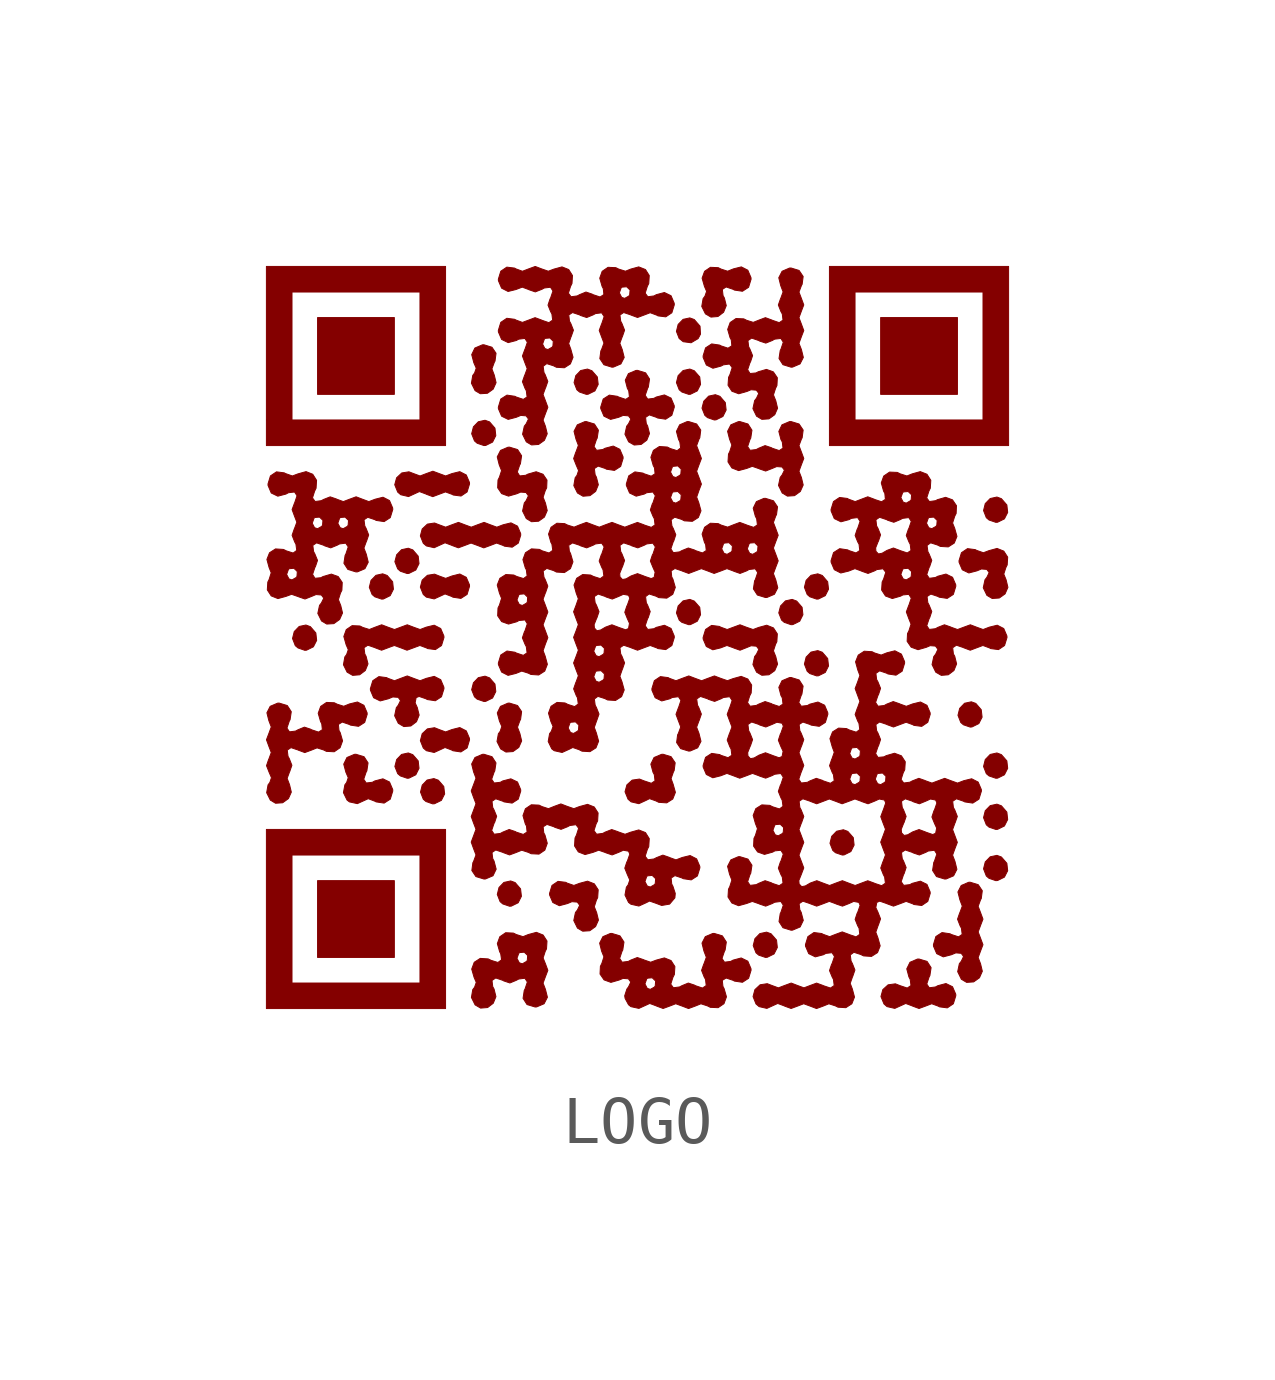
<source format=kicad_sym>
(kicad_symbol_lib
  (version 20220914)
  (generator bitmap2component)
  (symbol "LOGO"
    (pin_names
      (offset 1.016))
    (property "Reference" "#G"
      (at 0 9.365 0)
      (effects (font (size 1.27 1.27)) hide))
    (symbol "LOGO_0_0"
      (polyline (pts (xy -4 -5.867) (xy -4 -4) (xy -5.867 -4) (xy -7.733 -4) (xy -7.733 -5.867) (xy -7.733 -7.2) (xy -7.2 -7.2) (xy -7.2 -5.867) (xy -7.2 -4.533) (xy -5.867 -4.533) (xy -4.533 -4.533) (xy -4.533 -5.867) (xy -4.533 -7.2) (xy -5.867 -7.2) (xy -7.2 -7.2) (xy -7.733 -7.2) (xy -7.733 -7.733) (xy -5.867 -7.733) (xy -4 -7.733) (xy -4 -5.867)) (stroke (width 0.01) (type default)) (fill (type outline)))
      (polyline (pts (xy -3.123 -7.711) (xy -3.006 -7.622) (xy -2.95 -7.484) (xy -2.989 -7.326) (xy -3.017 -7.275) (xy -3.032 -7.147) (xy -2.954 -7.095) (xy -2.808 -7.144) (xy -2.788 -7.156) (xy -2.659 -7.199) (xy -2.526 -7.144) (xy -2.475 -7.117) (xy -2.347 -7.101) (xy -2.295 -7.179) (xy -2.344 -7.326) (xy -2.36 -7.354) (xy -2.385 -7.52) (xy -2.302 -7.649) (xy -2.133 -7.7) (xy -2.101 -7.698) (xy -1.946 -7.632) (xy -1.877 -7.497) (xy -1.918 -7.333) (xy -1.968 -7.202) (xy -1.918 -7.067) (xy -1.868 -6.936) (xy -1.918 -6.8) (xy -1.967 -6.678) (xy -1.923 -6.542) (xy -1.896 -6.488) (xy -1.886 -6.325) (xy -1.967 -6.2) (xy -2.107 -6.144) (xy -2.276 -6.19) (xy -2.385 -6.234) (xy -2.525 -6.19) (xy -2.585 -6.16) (xy -2.747 -6.152) (xy -2.869 -6.236) (xy -2.921 -6.379) (xy -2.872 -6.55) (xy -2.851 -6.588) (xy -2.837 -6.686) (xy -2.512 -6.686) (xy -2.474 -6.581) (xy -2.456 -6.566) (xy -2.359 -6.558) (xy -2.289 -6.626) (xy -2.296 -6.728) (xy -2.314 -6.751) (xy -2.4 -6.8) (xy -2.463 -6.779) (xy -2.512 -6.686) (xy -2.837 -6.686) (xy -2.833 -6.716) (xy -2.908 -6.772) (xy -3.05 -6.728) (xy -3.111 -6.698) (xy -3.277 -6.687) (xy -3.402 -6.768) (xy -3.455 -6.91) (xy -3.405 -7.083) (xy -3.36 -7.187) (xy -3.395 -7.288) (xy -3.433 -7.338) (xy -3.461 -7.501) (xy -3.384 -7.656) (xy -3.269 -7.723) (xy -3.123 -7.711)) (stroke (width 0.01) (type default)) (fill (type outline)))
      (polyline (pts (xy 1.2 -7.682) (xy 1.322 -7.633) (xy 1.458 -7.677) (xy 1.518 -7.707) (xy 1.68 -7.714) (xy 1.802 -7.631) (xy 1.854 -7.488) (xy 1.805 -7.317) (xy 1.78 -7.269) (xy 1.767 -7.145) (xy 1.847 -7.096) (xy 1.992 -7.144) (xy 2.02 -7.16) (xy 2.187 -7.185) (xy 2.315 -7.102) (xy 2.367 -6.933) (xy 2.365 -6.901) (xy 2.299 -6.745) (xy 2.161 -6.678) (xy 1.992 -6.723) (xy 1.942 -6.75) (xy 1.813 -6.766) (xy 1.761 -6.688) (xy 1.811 -6.541) (xy 1.826 -6.513) (xy 1.851 -6.346) (xy 1.769 -6.218) (xy 1.6 -6.167) (xy 1.568 -6.168) (xy 1.413 -6.234) (xy 1.344 -6.369) (xy 1.384 -6.533) (xy 1.434 -6.664) (xy 1.385 -6.8) (xy 1.381 -6.806) (xy 1.335 -6.937) (xy 1.389 -7.074) (xy 1.417 -7.125) (xy 1.432 -7.253) (xy 1.354 -7.305) (xy 1.208 -7.256) (xy 1.188 -7.244) (xy 1.059 -7.201) (xy 0.925 -7.256) (xy 0.877 -7.282) (xy 0.748 -7.299) (xy 0.693 -7.224) (xy 0.738 -7.083) (xy 0.769 -7.022) (xy 0.779 -6.857) (xy 0.699 -6.732) (xy 0.56 -6.677) (xy 0.391 -6.723) (xy 0.274 -6.767) (xy 0.133 -6.718) (xy 0.127 -6.714) (xy -0.004 -6.669) (xy -0.141 -6.723) (xy -0.192 -6.75) (xy -0.32 -6.766) (xy -0.372 -6.688) (xy -0.323 -6.541) (xy -0.307 -6.513) (xy -0.282 -6.346) (xy -0.365 -6.218) (xy -0.533 -6.167) (xy -0.566 -6.168) (xy -0.721 -6.234) (xy -0.789 -6.369) (xy -0.749 -6.533) (xy -0.7 -6.655) (xy -0.743 -6.791) (xy -0.773 -6.851) (xy -0.781 -7.013) (xy -0.697 -7.135) (xy -0.554 -7.187) (xy -0.383 -7.138) (xy -0.301 -7.104) (xy -0.19 -7.112) (xy -0.14 -7.18) (xy -0.158 -7.219) (xy 0.155 -7.219) (xy 0.192 -7.114) (xy 0.211 -7.099) (xy 0.307 -7.091) (xy 0.378 -7.159) (xy 0.37 -7.261) (xy 0.352 -7.285) (xy 0.267 -7.333) (xy 0.204 -7.312) (xy 0.155 -7.219) (xy -0.158 -7.219) (xy -0.187 -7.28) (xy -0.222 -7.327) (xy -0.267 -7.467) (xy -0.258 -7.522) (xy -0.187 -7.653) (xy -0.136 -7.693) (xy 0.029 -7.729) (xy 0.179 -7.661) (xy 0.255 -7.626) (xy 0.392 -7.677) (xy 0.399 -7.681) (xy 0.534 -7.731) (xy 0.667 -7.682) (xy 0.797 -7.632) (xy 0.933 -7.682) (xy 1.064 -7.732) (xy 1.2 -7.682)) (stroke (width 0.01) (type default)) (fill (type outline)))
      (polyline (pts (xy 3.867 -7.682) (xy 3.988 -7.633) (xy 4.125 -7.677) (xy 4.178 -7.704) (xy 4.341 -7.714) (xy 4.467 -7.633) (xy 4.522 -7.493) (xy 4.477 -7.324) (xy 4.433 -7.208) (xy 4.482 -7.067) (xy 4.486 -7.061) (xy 4.531 -6.929) (xy 4.477 -6.792) (xy 4.451 -6.744) (xy 4.434 -6.615) (xy 4.509 -6.56) (xy 4.65 -6.605) (xy 4.711 -6.635) (xy 4.876 -6.646) (xy 5.002 -6.566) (xy 5.057 -6.426) (xy 5.01 -6.258) (xy 4.966 -6.141) (xy 5.015 -6) (xy 5.019 -5.994) (xy 5.065 -5.863) (xy 5.011 -5.725) (xy 4.966 -5.628) (xy 4.987 -5.52) (xy 5.048 -5.494) (xy 5.192 -5.544) (xy 5.199 -5.548) (xy 5.334 -5.598) (xy 5.467 -5.549) (xy 5.598 -5.499) (xy 5.734 -5.549) (xy 5.761 -5.564) (xy 5.923 -5.585) (xy 6.049 -5.5) (xy 6.1 -5.333) (xy 6.098 -5.301) (xy 6.032 -5.145) (xy 5.895 -5.078) (xy 5.726 -5.123) (xy 5.675 -5.15) (xy 5.547 -5.165) (xy 5.495 -5.088) (xy 5.544 -4.941) (xy 5.556 -4.921) (xy 5.598 -4.793) (xy 5.544 -4.659) (xy 5.517 -4.608) (xy 5.501 -4.48) (xy 5.579 -4.428) (xy 5.725 -4.477) (xy 5.746 -4.489) (xy 5.874 -4.532) (xy 6.008 -4.477) (xy 6.058 -4.45) (xy 6.187 -4.434) (xy 6.238 -4.512) (xy 6.189 -4.659) (xy 6.174 -4.687) (xy 6.149 -4.854) (xy 6.231 -4.982) (xy 6.4 -5.033) (xy 6.432 -5.032) (xy 6.587 -4.966) (xy 6.656 -4.831) (xy 6.616 -4.667) (xy 6.566 -4.536) (xy 6.615 -4.4) (xy 6.665 -4.269) (xy 6.615 -4.133) (xy 6.566 -4.003) (xy 6.615 -3.867) (xy 6.619 -3.861) (xy 6.665 -3.729) (xy 6.611 -3.592) (xy 6.583 -3.542) (xy 6.568 -3.413) (xy 6.646 -3.361) (xy 6.792 -3.411) (xy 6.82 -3.426) (xy 6.987 -3.451) (xy 7.115 -3.369) (xy 7.167 -3.2) (xy 7.165 -3.168) (xy 7.099 -3.013) (xy 6.964 -2.944) (xy 6.8 -2.984) (xy 6.669 -3.034) (xy 6.533 -2.985) (xy 6.402 -2.935) (xy 6.267 -2.985) (xy 6.136 -3.034) (xy 6 -2.985) (xy 5.994 -2.981) (xy 5.863 -2.935) (xy 5.725 -2.989) (xy 5.677 -3.015) (xy 5.548 -3.032) (xy 5.493 -2.958) (xy 5.538 -2.817) (xy 5.569 -2.756) (xy 5.58 -2.59) (xy 5.499 -2.465) (xy 5.356 -2.412) (xy 5.183 -2.462) (xy 5.136 -2.487) (xy 5.012 -2.499) (xy 4.962 -2.42) (xy 5.011 -2.275) (xy 5.023 -2.254) (xy 5.065 -2.126) (xy 5.011 -1.992) (xy 4.983 -1.942) (xy 4.968 -1.813) (xy 5.045 -1.761) (xy 5.192 -1.81) (xy 5.199 -1.815) (xy 5.334 -1.865) (xy 5.467 -1.815) (xy 5.598 -1.766) (xy 5.734 -1.816) (xy 5.761 -1.831) (xy 5.923 -1.852) (xy 6.049 -1.767) (xy 6.1 -1.6) (xy 6.098 -1.568) (xy 6.032 -1.413) (xy 5.897 -1.344) (xy 5.734 -1.384) (xy 5.602 -1.434) (xy 5.467 -1.385) (xy 5.461 -1.381) (xy 5.329 -1.335) (xy 5.192 -1.389) (xy 5.142 -1.417) (xy 5.013 -1.432) (xy 4.961 -1.354) (xy 5.011 -1.208) (xy 5.023 -1.188) (xy 5.065 -1.059) (xy 5.011 -0.925) (xy 4.983 -0.875) (xy 4.968 -0.747) (xy 5.046 -0.695) (xy 5.192 -0.744) (xy 5.22 -0.76) (xy 5.387 -0.785) (xy 5.515 -0.702) (xy 5.567 -0.533) (xy 5.565 -0.501) (xy 5.499 -0.346) (xy 5.364 -0.277) (xy 5.2 -0.318) (xy 5.078 -0.366) (xy 4.942 -0.323) (xy 4.888 -0.296) (xy 4.725 -0.286) (xy 4.6 -0.367) (xy 4.544 -0.507) (xy 4.59 -0.675) (xy 4.634 -0.792) (xy 4.585 -0.933) (xy 4.535 -1.064) (xy 4.585 -1.2) (xy 4.634 -1.331) (xy 4.585 -1.467) (xy 4.581 -1.473) (xy 4.535 -1.604) (xy 4.589 -1.741) (xy 4.615 -1.79) (xy 4.632 -1.918) (xy 4.558 -1.973) (xy 4.417 -1.928) (xy 4.356 -1.898) (xy 4.191 -1.888) (xy 4.065 -1.967) (xy 4.01 -2.107) (xy 4.057 -2.275) (xy 4.1 -2.392) (xy 4.091 -2.419) (xy 4.422 -2.419) (xy 4.459 -2.314) (xy 4.477 -2.299) (xy 4.574 -2.291) (xy 4.645 -2.359) (xy 4.637 -2.461) (xy 4.619 -2.485) (xy 4.533 -2.533) (xy 4.47 -2.512) (xy 4.422 -2.419) (xy 4.091 -2.419) (xy 4.051 -2.533) (xy 4.047 -2.539) (xy 4.002 -2.671) (xy 4.056 -2.808) (xy 4.083 -2.858) (xy 4.095 -2.953) (xy 4.422 -2.953) (xy 4.459 -2.848) (xy 4.477 -2.833) (xy 4.574 -2.824) (xy 4.645 -2.893) (xy 4.64 -2.953) (xy 4.955 -2.953) (xy 4.992 -2.848) (xy 5.011 -2.833) (xy 5.107 -2.824) (xy 5.178 -2.893) (xy 5.17 -2.994) (xy 5.152 -3.018) (xy 5.067 -3.067) (xy 5.004 -3.046) (xy 4.955 -2.953) (xy 4.64 -2.953) (xy 4.637 -2.994) (xy 4.619 -3.018) (xy 4.533 -3.067) (xy 4.47 -3.046) (xy 4.422 -2.953) (xy 4.095 -2.953) (xy 4.099 -2.986) (xy 4.021 -3.038) (xy 3.874 -2.989) (xy 3.854 -2.977) (xy 3.726 -2.935) (xy 3.592 -2.989) (xy 3.542 -3.017) (xy 3.413 -3.032) (xy 3.361 -2.954) (xy 3.41 -2.808) (xy 3.414 -2.801) (xy 3.465 -2.666) (xy 3.415 -2.533) (xy 3.365 -2.402) (xy 3.415 -2.267) (xy 3.419 -2.261) (xy 3.465 -2.129) (xy 3.41 -1.992) (xy 3.383 -1.942) (xy 3.368 -1.813) (xy 3.446 -1.762) (xy 3.592 -1.811) (xy 3.62 -1.826) (xy 3.787 -1.851) (xy 3.915 -1.769) (xy 3.967 -1.6) (xy 3.965 -1.568) (xy 3.899 -1.411) (xy 3.761 -1.345) (xy 3.592 -1.389) (xy 3.542 -1.417) (xy 3.413 -1.432) (xy 3.361 -1.354) (xy 3.411 -1.208) (xy 3.426 -1.18) (xy 3.451 -1.013) (xy 3.369 -0.885) (xy 3.2 -0.833) (xy 3.168 -0.835) (xy 3.011 -0.901) (xy 2.945 -1.038) (xy 2.989 -1.208) (xy 3.017 -1.258) (xy 3.032 -1.387) (xy 2.954 -1.438) (xy 2.808 -1.389) (xy 2.788 -1.377) (xy 2.659 -1.335) (xy 2.525 -1.389) (xy 2.477 -1.415) (xy 2.348 -1.432) (xy 2.293 -1.358) (xy 2.338 -1.217) (xy 2.369 -1.156) (xy 2.379 -0.991) (xy 2.299 -0.865) (xy 2.16 -0.81) (xy 1.991 -0.857) (xy 1.874 -0.9) (xy 1.733 -0.851) (xy 1.603 -0.801) (xy 1.467 -0.851) (xy 1.336 -0.901) (xy 1.2 -0.851) (xy 1.069 -0.801) (xy 0.933 -0.851) (xy 0.802 -0.901) (xy 0.666 -0.851) (xy 0.639 -0.836) (xy 0.477 -0.815) (xy 0.351 -0.9) (xy 0.3 -1.067) (xy 0.301 -1.099) (xy 0.368 -1.255) (xy 0.505 -1.322) (xy 0.674 -1.277) (xy 0.725 -1.25) (xy 0.853 -1.234) (xy 0.905 -1.312) (xy 0.856 -1.459) (xy 0.852 -1.465) (xy 0.802 -1.601) (xy 0.851 -1.733) (xy 0.901 -1.864) (xy 0.851 -2) (xy 0.836 -2.028) (xy 0.815 -2.189) (xy 0.9 -2.316) (xy 1.067 -2.367) (xy 1.099 -2.365) (xy 1.254 -2.299) (xy 1.323 -2.164) (xy 1.282 -2) (xy 1.232 -1.869) (xy 1.282 -1.733) (xy 1.286 -1.727) (xy 1.331 -1.596) (xy 1.277 -1.459) (xy 1.25 -1.408) (xy 1.234 -1.28) (xy 1.312 -1.228) (xy 1.459 -1.277) (xy 1.479 -1.289) (xy 1.607 -1.332) (xy 1.741 -1.277) (xy 1.792 -1.25) (xy 1.92 -1.234) (xy 1.972 -1.312) (xy 1.923 -1.459) (xy 1.919 -1.465) (xy 1.869 -1.601) (xy 1.918 -1.733) (xy 1.968 -1.864) (xy 1.918 -2) (xy 1.914 -2.006) (xy 1.869 -2.137) (xy 1.923 -2.275) (xy 1.95 -2.325) (xy 1.959 -2.398) (xy 2.296 -2.398) (xy 2.347 -2.269) (xy 2.354 -2.258) (xy 2.398 -2.128) (xy 2.344 -1.992) (xy 2.317 -1.942) (xy 2.301 -1.813) (xy 2.379 -1.761) (xy 2.525 -1.81) (xy 2.546 -1.823) (xy 2.674 -1.865) (xy 2.808 -1.81) (xy 2.905 -1.766) (xy 3.013 -1.787) (xy 3.039 -1.848) (xy 2.989 -1.992) (xy 2.977 -2.012) (xy 2.935 -2.141) (xy 2.989 -2.275) (xy 3.034 -2.371) (xy 3.013 -2.48) (xy 2.951 -2.506) (xy 2.808 -2.456) (xy 2.803 -2.453) (xy 2.667 -2.402) (xy 2.534 -2.451) (xy 2.431 -2.51) (xy 2.354 -2.525) (xy 2.302 -2.469) (xy 2.296 -2.398) (xy 1.959 -2.398) (xy 1.966 -2.453) (xy 1.888 -2.505) (xy 1.741 -2.456) (xy 1.713 -2.44) (xy 1.546 -2.415) (xy 1.418 -2.498) (xy 1.367 -2.667) (xy 1.368 -2.699) (xy 1.434 -2.854) (xy 1.569 -2.923) (xy 1.733 -2.882) (xy 1.864 -2.832) (xy 2 -2.882) (xy 2.131 -2.932) (xy 2.267 -2.882) (xy 2.397 -2.832) (xy 2.533 -2.882) (xy 2.539 -2.886) (xy 2.671 -2.931) (xy 2.808 -2.877) (xy 2.858 -2.85) (xy 2.986 -2.834) (xy 3.038 -2.912) (xy 2.989 -3.059) (xy 2.977 -3.079) (xy 2.935 -3.207) (xy 2.989 -3.341) (xy 3.015 -3.39) (xy 3.032 -3.518) (xy 2.958 -3.573) (xy 2.817 -3.528) (xy 2.756 -3.498) (xy 2.591 -3.488) (xy 2.465 -3.567) (xy 2.41 -3.707) (xy 2.457 -3.875) (xy 2.5 -3.984) (xy 2.489 -4.019) (xy 2.822 -4.019) (xy 2.859 -3.914) (xy 2.877 -3.899) (xy 2.974 -3.891) (xy 3.045 -3.959) (xy 3.037 -4.061) (xy 3.019 -4.085) (xy 2.933 -4.133) (xy 2.87 -4.112) (xy 2.822 -4.019) (xy 2.489 -4.019) (xy 2.457 -4.125) (xy 2.427 -4.185) (xy 2.419 -4.347) (xy 2.503 -4.469) (xy 2.646 -4.52) (xy 2.817 -4.472) (xy 2.864 -4.446) (xy 2.988 -4.434) (xy 3.038 -4.513) (xy 2.989 -4.659) (xy 2.977 -4.679) (xy 2.935 -4.807) (xy 2.989 -4.941) (xy 3.017 -4.992) (xy 3.026 -5.065) (xy 3.362 -5.065) (xy 3.414 -4.936) (xy 3.465 -4.801) (xy 3.415 -4.667) (xy 3.365 -4.536) (xy 3.415 -4.4) (xy 3.465 -4.269) (xy 3.415 -4.133) (xy 3.365 -4.003) (xy 3.415 -3.867) (xy 3.419 -3.861) (xy 3.465 -3.729) (xy 3.41 -3.592) (xy 3.383 -3.542) (xy 3.368 -3.413) (xy 3.446 -3.361) (xy 3.592 -3.41) (xy 3.599 -3.414) (xy 3.734 -3.465) (xy 3.867 -3.415) (xy 3.997 -3.365) (xy 4.133 -3.415) (xy 4.264 -3.465) (xy 4.4 -3.415) (xy 4.531 -3.365) (xy 4.667 -3.415) (xy 4.673 -3.419) (xy 4.804 -3.465) (xy 4.941 -3.41) (xy 5.038 -3.366) (xy 5.147 -3.387) (xy 5.172 -3.448) (xy 5.123 -3.592) (xy 5.119 -3.599) (xy 5.069 -3.734) (xy 5.118 -3.867) (xy 5.168 -3.997) (xy 5.167 -3.998) (xy 5.496 -3.998) (xy 5.547 -3.869) (xy 5.554 -3.858) (xy 5.598 -3.728) (xy 5.544 -3.592) (xy 5.517 -3.542) (xy 5.501 -3.413) (xy 5.579 -3.361) (xy 5.725 -3.41) (xy 5.746 -3.423) (xy 5.874 -3.465) (xy 6.008 -3.41) (xy 6.105 -3.366) (xy 6.213 -3.387) (xy 6.239 -3.448) (xy 6.189 -3.592) (xy 6.177 -3.612) (xy 6.135 -3.741) (xy 6.189 -3.874) (xy 6.234 -3.971) (xy 6.213 -4.08) (xy 6.152 -4.106) (xy 6.008 -4.056) (xy 6.003 -4.053) (xy 5.867 -4.002) (xy 5.734 -4.051) (xy 5.631 -4.111) (xy 5.554 -4.125) (xy 5.502 -4.069) (xy 5.496 -3.998) (xy 5.167 -3.998) (xy 5.118 -4.133) (xy 5.068 -4.264) (xy 5.118 -4.4) (xy 5.168 -4.531) (xy 5.118 -4.667) (xy 5.114 -4.673) (xy 5.069 -4.804) (xy 5.123 -4.941) (xy 5.15 -4.992) (xy 5.166 -5.12) (xy 5.088 -5.172) (xy 4.941 -5.123) (xy 4.935 -5.119) (xy 4.799 -5.069) (xy 4.667 -5.118) (xy 4.536 -5.168) (xy 4.4 -5.118) (xy 4.269 -5.068) (xy 4.133 -5.118) (xy 4.003 -5.168) (xy 3.867 -5.118) (xy 3.737 -5.068) (xy 3.601 -5.117) (xy 3.498 -5.177) (xy 3.421 -5.192) (xy 3.368 -5.136) (xy 3.362 -5.065) (xy 3.026 -5.065) (xy 3.032 -5.12) (xy 2.954 -5.172) (xy 2.808 -5.123) (xy 2.788 -5.111) (xy 2.659 -5.068) (xy 2.525 -5.123) (xy 2.475 -5.15) (xy 2.347 -5.165) (xy 2.295 -5.088) (xy 2.344 -4.941) (xy 2.36 -4.913) (xy 2.385 -4.746) (xy 2.302 -4.618) (xy 2.133 -4.567) (xy 2.101 -4.568) (xy 1.946 -4.634) (xy 1.877 -4.769) (xy 1.918 -4.933) (xy 1.966 -5.055) (xy 1.923 -5.191) (xy 1.896 -5.245) (xy 1.886 -5.408) (xy 1.967 -5.533) (xy 2.107 -5.589) (xy 2.275 -5.543) (xy 2.392 -5.5) (xy 2.533 -5.549) (xy 2.539 -5.553) (xy 2.671 -5.598) (xy 2.808 -5.544) (xy 2.858 -5.517) (xy 2.987 -5.501) (xy 3.038 -5.579) (xy 2.989 -5.726) (xy 2.974 -5.754) (xy 2.949 -5.92) (xy 3.031 -6.048) (xy 3.2 -6.1) (xy 3.232 -6.098) (xy 3.389 -6.032) (xy 3.455 -5.895) (xy 3.411 -5.726) (xy 3.383 -5.675) (xy 3.368 -5.547) (xy 3.446 -5.495) (xy 3.592 -5.544) (xy 3.599 -5.548) (xy 3.734 -5.598) (xy 3.867 -5.549) (xy 3.997 -5.499) (xy 4.133 -5.549) (xy 4.139 -5.553) (xy 4.271 -5.598) (xy 4.408 -5.544) (xy 4.505 -5.5) (xy 4.613 -5.52) (xy 4.639 -5.582) (xy 4.589 -5.725) (xy 4.577 -5.746) (xy 4.535 -5.874) (xy 4.589 -6.008) (xy 4.617 -6.058) (xy 4.632 -6.186) (xy 4.554 -6.239) (xy 4.408 -6.189) (xy 4.401 -6.185) (xy 4.266 -6.135) (xy 4.133 -6.184) (xy 4.002 -6.234) (xy 3.866 -6.184) (xy 3.839 -6.169) (xy 3.677 -6.148) (xy 3.551 -6.233) (xy 3.5 -6.4) (xy 3.501 -6.432) (xy 3.568 -6.588) (xy 3.705 -6.655) (xy 3.874 -6.611) (xy 3.925 -6.583) (xy 4.053 -6.568) (xy 4.105 -6.646) (xy 4.056 -6.792) (xy 4.044 -6.812) (xy 4.001 -6.941) (xy 4.056 -7.074) (xy 4.083 -7.125) (xy 4.099 -7.253) (xy 4.021 -7.305) (xy 3.874 -7.256) (xy 3.868 -7.252) (xy 3.732 -7.202) (xy 3.6 -7.251) (xy 3.469 -7.301) (xy 3.333 -7.251) (xy 3.203 -7.201) (xy 3.067 -7.251) (xy 2.936 -7.301) (xy 2.8 -7.251) (xy 2.704 -7.214) (xy 2.555 -7.237) (xy 2.446 -7.339) (xy 2.408 -7.483) (xy 2.469 -7.636) (xy 2.534 -7.692) (xy 2.696 -7.729) (xy 2.845 -7.661) (xy 2.922 -7.626) (xy 3.059 -7.677) (xy 3.065 -7.681) (xy 3.201 -7.731) (xy 3.333 -7.682) (xy 3.464 -7.632) (xy 3.6 -7.682) (xy 3.731 -7.732) (xy 3.867 -7.682)) (stroke (width 0.01) (type default)) (fill (type outline)))
      (polyline (pts (xy 6 -7.682) (xy 6.131 -7.632) (xy 6.267 -7.682) (xy 6.294 -7.697) (xy 6.456 -7.718) (xy 6.582 -7.633) (xy 6.633 -7.467) (xy 6.632 -7.434) (xy 6.565 -7.278) (xy 6.428 -7.211) (xy 6.259 -7.256) (xy 6.208 -7.283) (xy 6.08 -7.299) (xy 6.028 -7.221) (xy 6.077 -7.074) (xy 6.093 -7.046) (xy 6.118 -6.88) (xy 6.035 -6.751) (xy 5.867 -6.7) (xy 5.834 -6.701) (xy 5.678 -6.768) (xy 5.611 -6.905) (xy 5.656 -7.074) (xy 5.683 -7.125) (xy 5.699 -7.253) (xy 5.621 -7.305) (xy 5.474 -7.256) (xy 5.374 -7.217) (xy 5.222 -7.238) (xy 5.112 -7.338) (xy 5.073 -7.482) (xy 5.136 -7.636) (xy 5.2 -7.692) (xy 5.362 -7.729) (xy 5.512 -7.661) (xy 5.589 -7.626) (xy 5.725 -7.677) (xy 5.732 -7.681) (xy 5.867 -7.731) (xy 6 -7.682)) (stroke (width 0.01) (type default)) (fill (type outline)))
      (polyline (pts (xy 7.005 -7.177) (xy 7.126 -7.091) (xy 7.186 -6.955) (xy 7.149 -6.8) (xy 7.099 -6.669) (xy 7.149 -6.533) (xy 7.199 -6.402) (xy 7.149 -6.267) (xy 7.099 -6.136) (xy 7.149 -6) (xy 7.199 -5.869) (xy 7.149 -5.733) (xy 7.099 -5.602) (xy 7.149 -5.466) (xy 7.164 -5.439) (xy 7.185 -5.277) (xy 7.1 -5.151) (xy 6.933 -5.1) (xy 6.901 -5.101) (xy 6.746 -5.168) (xy 6.677 -5.303) (xy 6.718 -5.466) (xy 6.768 -5.598) (xy 6.718 -5.733) (xy 6.714 -5.739) (xy 6.669 -5.87) (xy 6.723 -6.008) (xy 6.75 -6.058) (xy 6.766 -6.187) (xy 6.688 -6.238) (xy 6.541 -6.189) (xy 6.513 -6.174) (xy 6.346 -6.149) (xy 6.218 -6.231) (xy 6.167 -6.4) (xy 6.168 -6.432) (xy 6.235 -6.588) (xy 6.372 -6.655) (xy 6.541 -6.611) (xy 6.634 -6.572) (xy 6.746 -6.581) (xy 6.795 -6.647) (xy 6.747 -6.747) (xy 6.707 -6.797) (xy 6.672 -6.964) (xy 6.749 -7.122) (xy 6.859 -7.187) (xy 7.005 -7.177)) (stroke (width 0.01) (type default)) (fill (type outline)))
      (polyline (pts (xy 2.704 -6.664) (xy 2.846 -6.594) (xy 2.914 -6.46) (xy 2.897 -6.305) (xy 2.783 -6.174) (xy 2.69 -6.14) (xy 2.55 -6.17) (xy 2.447 -6.276) (xy 2.411 -6.421) (xy 2.469 -6.57) (xy 2.526 -6.619) (xy 2.667 -6.667) (xy 2.704 -6.664)) (stroke (width 0.01) (type default)) (fill (type outline)))
      (polyline (pts (xy -0.995 -6.111) (xy -0.874 -6.024) (xy -0.814 -5.889) (xy -0.851 -5.734) (xy -0.9 -5.611) (xy -0.857 -5.475) (xy -0.83 -5.421) (xy -0.819 -5.258) (xy -0.9 -5.133) (xy -1.041 -5.078) (xy -1.209 -5.123) (xy -1.326 -5.167) (xy -1.467 -5.118) (xy -1.494 -5.102) (xy -1.656 -5.082) (xy -1.782 -5.167) (xy -1.833 -5.333) (xy -1.832 -5.365) (xy -1.765 -5.522) (xy -1.628 -5.589) (xy -1.459 -5.544) (xy -1.366 -5.505) (xy -1.254 -5.514) (xy -1.205 -5.58) (xy -1.253 -5.68) (xy -1.293 -5.73) (xy -1.328 -5.898) (xy -1.251 -6.056) (xy -1.141 -6.12) (xy -0.995 -6.111)) (stroke (width 0.01) (type default)) (fill (type outline)))
      (polyline (pts (xy -2.63 -5.598) (xy -2.487 -5.528) (xy -2.419 -5.393) (xy -2.437 -5.238) (xy -2.55 -5.107) (xy -2.643 -5.073) (xy -2.784 -5.104) (xy -2.886 -5.209) (xy -2.922 -5.354) (xy -2.864 -5.503) (xy -2.808 -5.552) (xy -2.667 -5.6) (xy -2.63 -5.598)) (stroke (width 0.01) (type default)) (fill (type outline)))
      (polyline (pts (xy 0.179 -5.528) (xy 0.251 -5.492) (xy 0.383 -5.538) (xy 0.504 -5.584) (xy 0.669 -5.556) (xy 0.779 -5.426) (xy 0.787 -5.333) (xy 0.738 -5.183) (xy 0.713 -5.136) (xy 0.701 -5.012) (xy 0.78 -4.962) (xy 0.926 -5.011) (xy 0.954 -5.026) (xy 1.12 -5.051) (xy 1.248 -4.969) (xy 1.3 -4.8) (xy 1.298 -4.768) (xy 1.232 -4.613) (xy 1.097 -4.544) (xy 0.933 -4.584) (xy 0.802 -4.634) (xy 0.667 -4.585) (xy 0.661 -4.581) (xy 0.529 -4.535) (xy 0.392 -4.589) (xy 0.344 -4.615) (xy 0.215 -4.632) (xy 0.16 -4.558) (xy 0.205 -4.417) (xy 0.235 -4.356) (xy 0.245 -4.191) (xy 0.166 -4.065) (xy 0.026 -4.01) (xy -0.142 -4.057) (xy -0.259 -4.1) (xy -0.4 -4.051) (xy -0.406 -4.047) (xy -0.537 -4.002) (xy -0.675 -4.056) (xy -0.723 -4.082) (xy -0.852 -4.099) (xy -0.907 -4.024) (xy -0.862 -3.883) (xy -0.831 -3.822) (xy -0.821 -3.657) (xy -0.901 -3.532) (xy -1.04 -3.477) (xy -1.209 -3.523) (xy -1.326 -3.567) (xy -1.467 -3.518) (xy -1.597 -3.468) (xy -1.733 -3.518) (xy -1.855 -3.567) (xy -1.991 -3.523) (xy -2.052 -3.493) (xy -2.213 -3.486) (xy -2.336 -3.569) (xy -2.387 -3.712) (xy -2.338 -3.883) (xy -2.313 -3.931) (xy -2.301 -4.054) (xy -2.38 -4.104) (xy -2.526 -4.056) (xy -2.546 -4.044) (xy -2.674 -4.001) (xy -2.808 -4.056) (xy -2.858 -4.083) (xy -2.987 -4.099) (xy -3.039 -4.021) (xy -2.99 -3.874) (xy -2.977 -3.854) (xy -2.935 -3.726) (xy -2.99 -3.592) (xy -3.017 -3.542) (xy -3.032 -3.413) (xy -2.954 -3.361) (xy -2.808 -3.411) (xy -2.78 -3.426) (xy -2.613 -3.451) (xy -2.485 -3.369) (xy -2.433 -3.2) (xy -2.435 -3.168) (xy -2.501 -3.011) (xy -2.639 -2.945) (xy -2.808 -2.989) (xy -2.858 -3.017) (xy -2.987 -3.032) (xy -3.039 -2.954) (xy -2.989 -2.808) (xy -2.974 -2.78) (xy -2.949 -2.613) (xy -3.031 -2.485) (xy -3.2 -2.433) (xy -3.232 -2.435) (xy -3.387 -2.501) (xy -3.456 -2.636) (xy -3.416 -2.8) (xy -3.366 -2.931) (xy -3.416 -3.067) (xy -3.465 -3.197) (xy -3.416 -3.333) (xy -3.366 -3.464) (xy -3.416 -3.6) (xy -3.465 -3.731) (xy -3.416 -3.867) (xy -3.366 -3.997) (xy -3.416 -4.133) (xy -3.465 -4.264) (xy -3.416 -4.4) (xy -3.366 -4.531) (xy -3.416 -4.667) (xy -3.431 -4.694) (xy -3.452 -4.856) (xy -3.367 -4.982) (xy -3.2 -5.033) (xy -3.168 -5.032) (xy -3.011 -4.965) (xy -2.945 -4.828) (xy -2.989 -4.659) (xy -3.017 -4.608) (xy -3.032 -4.48) (xy -2.954 -4.428) (xy -2.808 -4.477) (xy -2.801 -4.481) (xy -2.666 -4.531) (xy -2.533 -4.482) (xy -2.412 -4.433) (xy -2.276 -4.477) (xy -2.215 -4.506) (xy -2.053 -4.514) (xy -1.931 -4.431) (xy -1.88 -4.288) (xy -1.928 -4.117) (xy -1.954 -4.069) (xy -1.966 -3.945) (xy -1.887 -3.895) (xy -1.741 -3.944) (xy -1.721 -3.956) (xy -1.593 -3.998) (xy -1.459 -3.944) (xy -1.41 -3.918) (xy -1.282 -3.901) (xy -1.227 -3.975) (xy -1.272 -4.117) (xy -1.302 -4.178) (xy -1.312 -4.343) (xy -1.233 -4.468) (xy -1.093 -4.523) (xy -0.925 -4.477) (xy -0.808 -4.433) (xy -0.667 -4.482) (xy -0.661 -4.486) (xy -0.529 -4.531) (xy -0.392 -4.477) (xy -0.295 -4.433) (xy -0.187 -4.453) (xy -0.161 -4.515) (xy -0.211 -4.659) (xy -0.223 -4.679) (xy -0.265 -4.807) (xy -0.211 -4.941) (xy -0.161 -5.054) (xy -0.172 -5.086) (xy 0.155 -5.086) (xy 0.192 -4.981) (xy 0.211 -4.966) (xy 0.307 -4.958) (xy 0.378 -5.026) (xy 0.37 -5.128) (xy 0.352 -5.151) (xy 0.267 -5.2) (xy 0.204 -5.179) (xy 0.155 -5.086) (xy -0.172 -5.086) (xy -0.195 -5.154) (xy -0.232 -5.204) (xy -0.261 -5.367) (xy -0.187 -5.52) (xy -0.136 -5.559) (xy 0.029 -5.596) (xy 0.179 -5.528)) (stroke (width 0.01) (type default)) (fill (type outline)))
      (polyline (pts (xy 7.504 -5.064) (xy 7.646 -4.994) (xy 7.714 -4.86) (xy 7.697 -4.705) (xy 7.583 -4.574) (xy 7.49 -4.54) (xy 7.35 -4.57) (xy 7.247 -4.676) (xy 7.211 -4.821) (xy 7.269 -4.97) (xy 7.326 -5.019) (xy 7.467 -5.067) (xy 7.504 -5.064)) (stroke (width 0.01) (type default)) (fill (type outline)))
      (polyline (pts (xy 7.504 -3.998) (xy 7.646 -3.928) (xy 7.714 -3.793) (xy 7.697 -3.638) (xy 7.583 -3.507) (xy 7.49 -3.473) (xy 7.35 -3.504) (xy 7.247 -3.609) (xy 7.211 -3.754) (xy 7.269 -3.903) (xy 7.326 -3.952) (xy 7.467 -4) (xy 7.504 -3.998)) (stroke (width 0.01) (type default)) (fill (type outline)))
      (polyline (pts (xy -7.395 -3.444) (xy -7.274 -3.357) (xy -7.214 -3.222) (xy -7.251 -3.067) (xy -7.301 -2.936) (xy -7.251 -2.8) (xy -7.247 -2.794) (xy -7.202 -2.663) (xy -7.256 -2.525) (xy -7.283 -2.475) (xy -7.299 -2.347) (xy -7.221 -2.295) (xy -7.075 -2.344) (xy -7.068 -2.348) (xy -6.933 -2.398) (xy -6.8 -2.349) (xy -6.678 -2.3) (xy -6.542 -2.343) (xy -6.482 -2.373) (xy -6.32 -2.381) (xy -6.198 -2.297) (xy -6.146 -2.154) (xy -6.195 -1.983) (xy -6.221 -1.936) (xy -6.233 -1.812) (xy -6.153 -1.762) (xy -6.008 -1.811) (xy -5.98 -1.826) (xy -5.813 -1.851) (xy -5.685 -1.769) (xy -5.633 -1.6) (xy -5.635 -1.568) (xy -5.701 -1.413) (xy -5.836 -1.344) (xy -6 -1.384) (xy -6.122 -1.433) (xy -6.258 -1.39) (xy -6.318 -1.36) (xy -6.48 -1.353) (xy -6.602 -1.436) (xy -6.654 -1.579) (xy -6.605 -1.75) (xy -6.58 -1.797) (xy -6.567 -1.921) (xy -6.647 -1.971) (xy -6.792 -1.923) (xy -6.812 -1.911) (xy -6.941 -1.868) (xy -7.075 -1.923) (xy -7.125 -1.95) (xy -7.253 -1.966) (xy -7.305 -1.888) (xy -7.256 -1.741) (xy -7.24 -1.713) (xy -7.215 -1.546) (xy -7.298 -1.418) (xy -7.467 -1.367) (xy -7.499 -1.368) (xy -7.654 -1.434) (xy -7.723 -1.569) (xy -7.682 -1.733) (xy -7.632 -1.864) (xy -7.682 -2) (xy -7.732 -2.131) (xy -7.682 -2.267) (xy -7.632 -2.397) (xy -7.682 -2.533) (xy -7.686 -2.539) (xy -7.731 -2.671) (xy -7.677 -2.808) (xy -7.628 -2.921) (xy -7.661 -3.021) (xy -7.699 -3.071) (xy -7.728 -3.235) (xy -7.651 -3.389) (xy -7.542 -3.454) (xy -7.395 -3.444)) (stroke (width 0.01) (type default)) (fill (type outline)))
      (polyline (pts (xy -5.688 -3.394) (xy -5.611 -3.359) (xy -5.474 -3.411) (xy -5.446 -3.426) (xy -5.28 -3.451) (xy -5.152 -3.369) (xy -5.1 -3.2) (xy -5.101 -3.168) (xy -5.168 -3.011) (xy -5.305 -2.945) (xy -5.474 -2.989) (xy -5.525 -3.017) (xy -5.653 -3.032) (xy -5.705 -2.954) (xy -5.656 -2.808) (xy -5.64 -2.78) (xy -5.615 -2.613) (xy -5.698 -2.485) (xy -5.867 -2.433) (xy -5.899 -2.435) (xy -6.055 -2.501) (xy -6.122 -2.639) (xy -6.077 -2.808) (xy -6.028 -2.921) (xy -6.061 -3.021) (xy -6.098 -3.07) (xy -6.128 -3.233) (xy -6.053 -3.387) (xy -6.003 -3.426) (xy -5.838 -3.462) (xy -5.688 -3.394)) (stroke (width 0.01) (type default)) (fill (type outline)))
      (polyline (pts (xy -4.23 -3.464) (xy -4.087 -3.394) (xy -4.019 -3.26) (xy -4.037 -3.105) (xy -4.15 -2.974) (xy -4.243 -2.94) (xy -4.384 -2.97) (xy -4.486 -3.076) (xy -4.522 -3.221) (xy -4.464 -3.37) (xy -4.408 -3.418) (xy -4.267 -3.467) (xy -4.23 -3.464)) (stroke (width 0.01) (type default)) (fill (type outline)))
      (polyline (pts (xy 0.179 -3.394) (xy 0.251 -3.358) (xy 0.383 -3.405) (xy 0.444 -3.435) (xy 0.609 -3.446) (xy 0.735 -3.366) (xy 0.79 -3.227) (xy 0.743 -3.058) (xy 0.7 -2.941) (xy 0.749 -2.8) (xy 0.764 -2.772) (xy 0.785 -2.611) (xy 0.7 -2.484) (xy 0.533 -2.433) (xy 0.501 -2.435) (xy 0.345 -2.501) (xy 0.278 -2.639) (xy 0.323 -2.808) (xy 0.35 -2.858) (xy 0.365 -2.987) (xy 0.288 -3.038) (xy 0.141 -2.989) (xy 0.041 -2.95) (xy -0.111 -2.972) (xy -0.221 -3.071) (xy -0.26 -3.215) (xy -0.197 -3.37) (xy -0.133 -3.425) (xy 0.029 -3.463) (xy 0.179 -3.394)) (stroke (width 0.01) (type default)) (fill (type outline)))
      (polyline (pts (xy -4.763 -2.931) (xy -4.62 -2.861) (xy -4.553 -2.726) (xy -4.57 -2.571) (xy -4.683 -2.441) (xy -4.777 -2.406) (xy -4.917 -2.437) (xy -5.019 -2.543) (xy -5.056 -2.688) (xy -4.997 -2.837) (xy -4.941 -2.885) (xy -4.8 -2.933) (xy -4.763 -2.931)) (stroke (width 0.01) (type default)) (fill (type outline)))
      (polyline (pts (xy 7.504 -2.931) (xy 7.646 -2.861) (xy 7.714 -2.726) (xy 7.697 -2.571) (xy 7.583 -2.441) (xy 7.49 -2.406) (xy 7.35 -2.437) (xy 7.247 -2.543) (xy 7.211 -2.688) (xy 7.269 -2.837) (xy 7.326 -2.885) (xy 7.467 -2.933) (xy 7.504 -2.931)) (stroke (width 0.01) (type default)) (fill (type outline)))
      (polyline (pts (xy -4.088 -2.328) (xy -4.011 -2.292) (xy -3.874 -2.344) (xy -3.846 -2.36) (xy -3.68 -2.385) (xy -3.551 -2.302) (xy -3.5 -2.133) (xy -3.502 -2.101) (xy -3.568 -1.946) (xy -3.703 -1.877) (xy -3.866 -1.918) (xy -3.998 -1.968) (xy -4.134 -1.918) (xy -4.229 -1.88) (xy -4.378 -1.904) (xy -4.487 -2.005) (xy -4.525 -2.15) (xy -4.464 -2.303) (xy -4.399 -2.359) (xy -4.237 -2.396) (xy -4.088 -2.328)) (stroke (width 0.01) (type default)) (fill (type outline)))
      (polyline (pts (xy -2.595 -2.377) (xy -2.474 -2.291) (xy -2.414 -2.155) (xy -2.451 -2) (xy -2.501 -1.869) (xy -2.451 -1.733) (xy -2.436 -1.706) (xy -2.415 -1.544) (xy -2.5 -1.418) (xy -2.667 -1.367) (xy -2.699 -1.368) (xy -2.855 -1.435) (xy -2.922 -1.572) (xy -2.877 -1.741) (xy -2.828 -1.854) (xy -2.861 -1.954) (xy -2.899 -2.005) (xy -2.928 -2.168) (xy -2.851 -2.322) (xy -2.741 -2.387) (xy -2.595 -2.377)) (stroke (width 0.01) (type default)) (fill (type outline)))
      (polyline (pts (xy -1.421 -2.328) (xy -1.349 -2.292) (xy -1.217 -2.338) (xy -1.156 -2.369) (xy -0.991 -2.379) (xy -0.865 -2.299) (xy -0.81 -2.16) (xy -0.857 -1.991) (xy -0.9 -1.874) (xy -0.851 -1.733) (xy -0.848 -1.727) (xy -0.802 -1.596) (xy -0.856 -1.459) (xy -0.882 -1.41) (xy -0.899 -1.282) (xy -0.825 -1.227) (xy -0.683 -1.272) (xy -0.622 -1.302) (xy -0.458 -1.312) (xy -0.332 -1.232) (xy -0.277 -1.093) (xy -0.323 -0.924) (xy -0.367 -0.808) (xy -0.318 -0.667) (xy -0.314 -0.661) (xy -0.269 -0.529) (xy -0.323 -0.392) (xy -0.35 -0.342) (xy -0.366 -0.213) (xy -0.288 -0.161) (xy -0.141 -0.21) (xy -0.135 -0.214) (xy 0.001 -0.265) (xy 0.133 -0.215) (xy 0.264 -0.166) (xy 0.4 -0.216) (xy 0.428 -0.231) (xy 0.589 -0.252) (xy 0.716 -0.167) (xy 0.767 0) (xy 0.765 0.032) (xy 0.699 0.189) (xy 0.561 0.255) (xy 0.392 0.211) (xy 0.342 0.183) (xy 0.213 0.168) (xy 0.161 0.246) (xy 0.21 0.392) (xy 0.223 0.412) (xy 0.265 0.541) (xy 0.21 0.675) (xy 0.184 0.723) (xy 0.168 0.852) (xy 0.242 0.907) (xy 0.383 0.862) (xy 0.444 0.831) (xy 0.61 0.82) (xy 0.735 0.901) (xy 0.788 1.044) (xy 0.738 1.217) (xy 0.713 1.264) (xy 0.701 1.388) (xy 0.78 1.438) (xy 0.925 1.389) (xy 0.932 1.385) (xy 1.067 1.335) (xy 1.2 1.385) (xy 1.331 1.435) (xy 1.467 1.385) (xy 1.597 1.335) (xy 1.733 1.385) (xy 1.864 1.435) (xy 2 1.385) (xy 2.006 1.381) (xy 2.137 1.335) (xy 2.275 1.389) (xy 2.325 1.417) (xy 2.453 1.432) (xy 2.505 1.354) (xy 2.456 1.208) (xy 2.44 1.18) (xy 2.415 1.013) (xy 2.498 0.885) (xy 2.667 0.833) (xy 2.699 0.835) (xy 2.854 0.901) (xy 2.923 1.036) (xy 2.882 1.2) (xy 2.832 1.331) (xy 2.882 1.467) (xy 2.932 1.597) (xy 2.882 1.733) (xy 2.832 1.864) (xy 2.882 2) (xy 2.932 2.131) (xy 2.882 2.267) (xy 2.832 2.398) (xy 2.882 2.534) (xy 2.897 2.561) (xy 2.918 2.723) (xy 2.833 2.849) (xy 2.667 2.9) (xy 2.634 2.899) (xy 2.478 2.832) (xy 2.411 2.695) (xy 2.456 2.526) (xy 2.483 2.475) (xy 2.499 2.347) (xy 2.421 2.295) (xy 2.275 2.344) (xy 2.268 2.348) (xy 2.132 2.398) (xy 2 2.349) (xy 1.878 2.3) (xy 1.742 2.343) (xy 1.682 2.373) (xy 1.52 2.381) (xy 1.398 2.297) (xy 1.346 2.155) (xy 1.395 1.983) (xy 1.42 1.936) (xy 1.429 1.847) (xy 1.755 1.847) (xy 1.792 1.952) (xy 1.811 1.968) (xy 1.907 1.976) (xy 1.978 1.907) (xy 1.973 1.847) (xy 2.288 1.847) (xy 2.326 1.952) (xy 2.344 1.968) (xy 2.441 1.976) (xy 2.511 1.907) (xy 2.503 1.806) (xy 2.486 1.782) (xy 2.4 1.733) (xy 2.337 1.754) (xy 2.288 1.847) (xy 1.973 1.847) (xy 1.97 1.806) (xy 1.952 1.782) (xy 1.867 1.733) (xy 1.804 1.754) (xy 1.755 1.847) (xy 1.429 1.847) (xy 1.433 1.812) (xy 1.353 1.762) (xy 1.208 1.811) (xy 1.188 1.823) (xy 1.059 1.865) (xy 0.925 1.811) (xy 0.875 1.784) (xy 0.747 1.768) (xy 0.695 1.846) (xy 0.744 1.992) (xy 0.756 2.012) (xy 0.798 2.141) (xy 0.744 2.275) (xy 0.718 2.323) (xy 0.701 2.452) (xy 0.775 2.507) (xy 0.917 2.462) (xy 0.978 2.431) (xy 1.143 2.421) (xy 1.268 2.501) (xy 1.323 2.64) (xy 1.277 2.809) (xy 1.233 2.926) (xy 1.282 3.067) (xy 1.332 3.197) (xy 1.282 3.333) (xy 1.232 3.464) (xy 1.282 3.6) (xy 1.332 3.731) (xy 1.282 3.867) (xy 1.232 3.998) (xy 1.282 4.134) (xy 1.298 4.161) (xy 1.318 4.323) (xy 1.233 4.449) (xy 1.067 4.5) (xy 1.034 4.499) (xy 0.878 4.432) (xy 0.811 4.295) (xy 0.856 4.126) (xy 0.882 4.077) (xy 0.899 3.949) (xy 0.824 3.893) (xy 0.683 3.938) (xy 0.622 3.969) (xy 0.456 3.98) (xy 0.331 3.899) (xy 0.279 3.756) (xy 0.328 3.583) (xy 0.354 3.536) (xy 0.363 3.447) (xy 0.688 3.447) (xy 0.726 3.553) (xy 0.744 3.567) (xy 0.841 3.576) (xy 0.911 3.507) (xy 0.903 3.406) (xy 0.885 3.382) (xy 0.8 3.333) (xy 0.737 3.354) (xy 0.688 3.447) (xy 0.363 3.447) (xy 0.366 3.412) (xy 0.286 3.362) (xy 0.141 3.411) (xy 0.113 3.426) (xy -0.054 3.451) (xy -0.182 3.369) (xy -0.233 3.2) (xy -0.232 3.168) (xy -0.165 3.011) (xy -0.028 2.945) (xy 0.141 2.989) (xy 0.192 3.017) (xy 0.32 3.032) (xy 0.372 2.954) (xy 0.358 2.914) (xy 0.688 2.914) (xy 0.726 3.019) (xy 0.744 3.034) (xy 0.841 3.042) (xy 0.911 2.974) (xy 0.903 2.873) (xy 0.885 2.849) (xy 0.8 2.8) (xy 0.737 2.821) (xy 0.688 2.914) (xy 0.358 2.914) (xy 0.323 2.808) (xy 0.31 2.788) (xy 0.268 2.659) (xy 0.323 2.526) (xy 0.35 2.475) (xy 0.366 2.347) (xy 0.288 2.295) (xy 0.141 2.344) (xy 0.135 2.348) (xy -0.001 2.398) (xy -0.133 2.349) (xy -0.264 2.299) (xy -0.4 2.349) (xy -0.531 2.399) (xy -0.667 2.349) (xy -0.797 2.299) (xy -0.933 2.349) (xy -1.064 2.399) (xy -1.2 2.349) (xy -1.322 2.3) (xy -1.458 2.343) (xy -1.518 2.373) (xy -1.68 2.381) (xy -1.802 2.297) (xy -1.854 2.155) (xy -1.805 1.983) (xy -1.784 1.946) (xy -1.766 1.817) (xy -1.842 1.761) (xy -1.983 1.805) (xy -2.044 1.836) (xy -2.21 1.847) (xy -2.335 1.766) (xy -2.388 1.623) (xy -2.338 1.45) (xy -2.317 1.412) (xy -2.3 1.284) (xy -2.375 1.228) (xy -2.517 1.272) (xy -2.578 1.302) (xy -2.743 1.312) (xy -2.868 1.233) (xy -2.923 1.093) (xy -2.877 0.925) (xy -2.833 0.816) (xy -2.844 0.781) (xy -2.512 0.781) (xy -2.474 0.886) (xy -2.456 0.901) (xy -2.359 0.909) (xy -2.289 0.841) (xy -2.296 0.739) (xy -2.314 0.715) (xy -2.4 0.667) (xy -2.463 0.688) (xy -2.512 0.781) (xy -2.844 0.781) (xy -2.877 0.675) (xy -2.907 0.615) (xy -2.914 0.453) (xy -2.831 0.331) (xy -2.688 0.28) (xy -2.517 0.328) (xy -2.469 0.354) (xy -2.345 0.366) (xy -2.296 0.286) (xy -2.344 0.141) (xy -2.356 0.121) (xy -2.399 -0.007) (xy -2.344 -0.141) (xy -2.317 -0.192) (xy -2.301 -0.32) (xy -2.379 -0.372) (xy -2.526 -0.323) (xy -2.554 -0.307) (xy -2.72 -0.282) (xy -2.849 -0.365) (xy -2.9 -0.533) (xy -2.898 -0.566) (xy -2.832 -0.72) (xy -2.697 -0.789) (xy -2.534 -0.749) (xy -2.412 -0.7) (xy -2.276 -0.743) (xy -2.221 -0.77) (xy -2.059 -0.781) (xy -1.933 -0.7) (xy -1.878 -0.559) (xy -1.923 -0.391) (xy -1.967 -0.274) (xy -1.918 -0.133) (xy -1.868 -0.003) (xy -1.918 0.133) (xy -1.968 0.264) (xy -1.918 0.4) (xy -1.868 0.531) (xy -1.918 0.667) (xy -1.968 0.797) (xy -1.918 0.933) (xy -1.914 0.939) (xy -1.869 1.071) (xy -1.923 1.208) (xy -1.949 1.256) (xy -1.966 1.385) (xy -1.891 1.44) (xy -1.75 1.395) (xy -1.689 1.364) (xy -1.523 1.353) (xy -1.398 1.435) (xy -1.345 1.577) (xy -1.395 1.75) (xy -1.42 1.798) (xy -1.433 1.921) (xy -1.353 1.971) (xy -1.208 1.923) (xy -1.188 1.911) (xy -1.059 1.868) (xy -0.925 1.923) (xy -0.875 1.95) (xy -0.747 1.966) (xy -0.695 1.888) (xy -0.744 1.741) (xy -0.756 1.721) (xy -0.799 1.593) (xy -0.744 1.459) (xy -0.718 1.41) (xy -0.708 1.335) (xy -0.371 1.335) (xy -0.32 1.464) (xy -0.313 1.475) (xy -0.269 1.605) (xy -0.323 1.741) (xy -0.35 1.792) (xy -0.366 1.92) (xy -0.288 1.972) (xy -0.141 1.923) (xy -0.121 1.911) (xy 0.007 1.868) (xy 0.141 1.923) (xy 0.192 1.95) (xy 0.32 1.966) (xy 0.372 1.888) (xy 0.323 1.741) (xy 0.31 1.721) (xy 0.268 1.593) (xy 0.323 1.459) (xy 0.367 1.362) (xy 0.347 1.253) (xy 0.285 1.228) (xy 0.141 1.277) (xy 0.137 1.28) (xy 0 1.331) (xy -0.133 1.283) (xy -0.236 1.223) (xy -0.313 1.208) (xy -0.365 1.264) (xy -0.371 1.335) (xy -0.708 1.335) (xy -0.701 1.282) (xy -0.776 1.227) (xy -0.917 1.272) (xy -0.978 1.302) (xy -1.143 1.312) (xy -1.268 1.233) (xy -1.323 1.093) (xy -1.277 0.925) (xy -1.233 0.808) (xy -1.282 0.667) (xy -1.332 0.536) (xy -1.282 0.4) (xy -1.232 0.269) (xy -1.233 0.268) (xy -0.904 0.268) (xy -0.853 0.397) (xy -0.846 0.408) (xy -0.802 0.539) (xy -0.856 0.675) (xy -0.883 0.725) (xy -0.899 0.853) (xy -0.821 0.905) (xy -0.675 0.856) (xy -0.654 0.844) (xy -0.526 0.801) (xy -0.392 0.856) (xy -0.295 0.9) (xy -0.187 0.88) (xy -0.161 0.818) (xy -0.211 0.675) (xy -0.223 0.654) (xy -0.265 0.526) (xy -0.211 0.392) (xy -0.167 0.295) (xy -0.187 0.187) (xy -0.248 0.161) (xy -0.392 0.211) (xy -0.397 0.213) (xy -0.533 0.265) (xy -0.666 0.216) (xy -0.769 0.156) (xy -0.846 0.141) (xy -0.898 0.197) (xy -0.904 0.268) (xy -1.233 0.268) (xy -1.282 0.133) (xy -1.332 0.003) (xy -1.282 -0.133) (xy -1.232 -0.264) (xy -1.24 -0.286) (xy -0.912 -0.286) (xy -0.874 -0.181) (xy -0.856 -0.166) (xy -0.759 -0.158) (xy -0.689 -0.226) (xy -0.697 -0.328) (xy -0.715 -0.351) (xy -0.8 -0.4) (xy -0.863 -0.379) (xy -0.912 -0.286) (xy -1.24 -0.286) (xy -1.282 -0.4) (xy -1.332 -0.531) (xy -1.282 -0.667) (xy -1.232 -0.797) (xy -1.24 -0.819) (xy -0.912 -0.819) (xy -0.874 -0.714) (xy -0.856 -0.699) (xy -0.759 -0.691) (xy -0.689 -0.759) (xy -0.697 -0.861) (xy -0.715 -0.885) (xy -0.8 -0.933) (xy -0.863 -0.912) (xy -0.912 -0.819) (xy -1.24 -0.819) (xy -1.282 -0.933) (xy -1.286 -0.939) (xy -1.331 -1.071) (xy -1.277 -1.208) (xy -1.251 -1.256) (xy -1.234 -1.385) (xy -1.309 -1.44) (xy -1.45 -1.395) (xy -1.511 -1.364) (xy -1.677 -1.353) (xy -1.802 -1.434) (xy -1.855 -1.577) (xy -1.805 -1.75) (xy -1.76 -1.853) (xy -1.771 -1.886) (xy -1.445 -1.886) (xy -1.408 -1.781) (xy -1.389 -1.766) (xy -1.292 -1.758) (xy -1.222 -1.826) (xy -1.23 -1.927) (xy -1.248 -1.951) (xy -1.333 -2) (xy -1.396 -1.979) (xy -1.445 -1.886) (xy -1.771 -1.886) (xy -1.795 -1.954) (xy -1.832 -2.004) (xy -1.861 -2.167) (xy -1.787 -2.32) (xy -1.736 -2.359) (xy -1.571 -2.396) (xy -1.421 -2.328)) (stroke (width 0.01) (type default)) (fill (type outline)))
      (polyline (pts (xy -4.723 -1.844) (xy -4.606 -1.755) (xy -4.55 -1.617) (xy -4.589 -1.459) (xy -4.634 -1.362) (xy -4.613 -1.253) (xy -4.551 -1.228) (xy -4.408 -1.277) (xy -4.38 -1.293) (xy -4.213 -1.318) (xy -4.085 -1.235) (xy -4.033 -1.067) (xy -4.035 -1.034) (xy -4.101 -0.879) (xy -4.236 -0.81) (xy -4.4 -0.851) (xy -4.531 -0.901) (xy -4.667 -0.851) (xy -4.798 -0.801) (xy -4.933 -0.851) (xy -5.064 -0.901) (xy -5.2 -0.851) (xy -5.228 -0.836) (xy -5.389 -0.815) (xy -5.516 -0.9) (xy -5.567 -1.067) (xy -5.565 -1.099) (xy -5.499 -1.255) (xy -5.362 -1.322) (xy -5.192 -1.277) (xy -5.099 -1.239) (xy -4.987 -1.247) (xy -4.938 -1.313) (xy -4.987 -1.413) (xy -5.026 -1.463) (xy -5.061 -1.631) (xy -4.984 -1.789) (xy -4.869 -1.856) (xy -4.723 -1.844)) (stroke (width 0.01) (type default)) (fill (type outline)))
      (polyline (pts (xy 6.97 -1.864) (xy 7.113 -1.794) (xy 7.181 -1.66) (xy 7.163 -1.505) (xy 7.05 -1.374) (xy 6.957 -1.34) (xy 6.816 -1.37) (xy 6.714 -1.476) (xy 6.678 -1.621) (xy 6.736 -1.77) (xy 6.792 -1.819) (xy 6.933 -1.867) (xy 6.97 -1.864)) (stroke (width 0.01) (type default)) (fill (type outline)))
      (polyline (pts (xy -3.163 -1.331) (xy -3.02 -1.261) (xy -2.953 -1.126) (xy -2.97 -0.971) (xy -3.083 -0.841) (xy -3.177 -0.806) (xy -3.317 -0.837) (xy -3.419 -0.943) (xy -3.456 -1.088) (xy -3.397 -1.236) (xy -3.341 -1.285) (xy -3.2 -1.333) (xy -3.163 -1.331)) (stroke (width 0.01) (type default)) (fill (type outline)))
      (polyline (pts (xy -5.79 -0.777) (xy -5.672 -0.688) (xy -5.616 -0.55) (xy -5.656 -0.392) (xy -5.683 -0.342) (xy -5.699 -0.213) (xy -5.621 -0.161) (xy -5.475 -0.21) (xy -5.468 -0.214) (xy -5.333 -0.265) (xy -5.2 -0.215) (xy -5.069 -0.166) (xy -4.933 -0.215) (xy -4.803 -0.265) (xy -4.667 -0.215) (xy -4.536 -0.166) (xy -4.4 -0.216) (xy -4.372 -0.231) (xy -4.211 -0.252) (xy -4.084 -0.167) (xy -4.033 0) (xy -4.035 0.032) (xy -4.101 0.187) (xy -4.236 0.256) (xy -4.4 0.216) (xy -4.531 0.166) (xy -4.667 0.215) (xy -4.798 0.265) (xy -4.933 0.215) (xy -5.064 0.166) (xy -5.2 0.215) (xy -5.331 0.265) (xy -5.467 0.215) (xy -5.588 0.167) (xy -5.725 0.21) (xy -5.785 0.24) (xy -5.947 0.247) (xy -6.069 0.164) (xy -6.12 0.021) (xy -6.072 -0.15) (xy -6.027 -0.254) (xy -6.061 -0.354) (xy -6.099 -0.405) (xy -6.128 -0.568) (xy -6.051 -0.723) (xy -5.936 -0.789) (xy -5.79 -0.777)) (stroke (width 0.01) (type default)) (fill (type outline)))
      (polyline (pts (xy 2.739 -0.777) (xy 2.86 -0.691) (xy 2.919 -0.555) (xy 2.882 -0.4) (xy 2.833 -0.278) (xy 2.877 -0.142) (xy 2.904 -0.088) (xy 2.914 0.075) (xy 2.833 0.2) (xy 2.693 0.256) (xy 2.525 0.21) (xy 2.408 0.166) (xy 2.267 0.215) (xy 2.136 0.265) (xy 2 0.215) (xy 1.869 0.166) (xy 1.733 0.216) (xy 1.706 0.231) (xy 1.544 0.252) (xy 1.418 0.167) (xy 1.367 0) (xy 1.368 -0.032) (xy 1.434 -0.187) (xy 1.569 -0.256) (xy 1.733 -0.216) (xy 1.864 -0.166) (xy 2 -0.215) (xy 2.006 -0.219) (xy 2.137 -0.265) (xy 2.275 -0.21) (xy 2.368 -0.172) (xy 2.479 -0.181) (xy 2.528 -0.247) (xy 2.48 -0.347) (xy 2.441 -0.397) (xy 2.405 -0.564) (xy 2.482 -0.723) (xy 2.592 -0.787) (xy 2.739 -0.777)) (stroke (width 0.01) (type default)) (fill (type outline)))
      (polyline (pts (xy 3.77 -0.798) (xy 3.913 -0.728) (xy 3.981 -0.593) (xy 3.963 -0.438) (xy 3.85 -0.307) (xy 3.757 -0.273) (xy 3.616 -0.304) (xy 3.514 -0.409) (xy 3.478 -0.554) (xy 3.536 -0.703) (xy 3.592 -0.752) (xy 3.733 -0.8) (xy 3.77 -0.798)) (stroke (width 0.01) (type default)) (fill (type outline)))
      (polyline (pts (xy 6.476 -0.777) (xy 6.594 -0.688) (xy 6.65 -0.55) (xy 6.611 -0.392) (xy 6.583 -0.342) (xy 6.568 -0.213) (xy 6.646 -0.161) (xy 6.792 -0.21) (xy 6.798 -0.214) (xy 6.934 -0.265) (xy 7.067 -0.215) (xy 7.198 -0.166) (xy 7.333 -0.216) (xy 7.361 -0.231) (xy 7.523 -0.252) (xy 7.649 -0.167) (xy 7.7 0) (xy 7.698 0.032) (xy 7.632 0.187) (xy 7.497 0.256) (xy 7.333 0.216) (xy 7.202 0.166) (xy 7.067 0.215) (xy 6.936 0.265) (xy 6.8 0.215) (xy 6.669 0.166) (xy 6.533 0.215) (xy 6.527 0.219) (xy 6.396 0.265) (xy 6.259 0.211) (xy 6.208 0.183) (xy 6.08 0.168) (xy 6.028 0.246) (xy 6.077 0.392) (xy 6.089 0.412) (xy 6.132 0.541) (xy 6.077 0.675) (xy 6.05 0.725) (xy 6.034 0.853) (xy 6.112 0.905) (xy 6.259 0.856) (xy 6.287 0.84) (xy 6.454 0.815) (xy 6.582 0.898) (xy 6.633 1.067) (xy 6.632 1.099) (xy 6.565 1.255) (xy 6.428 1.322) (xy 6.259 1.277) (xy 6.208 1.25) (xy 6.08 1.234) (xy 6.028 1.312) (xy 6.077 1.459) (xy 6.089 1.479) (xy 6.132 1.607) (xy 6.077 1.741) (xy 6.051 1.79) (xy 6.034 1.918) (xy 6.109 1.973) (xy 6.25 1.928) (xy 6.311 1.898) (xy 6.476 1.888) (xy 6.601 1.968) (xy 6.657 2.107) (xy 6.61 2.276) (xy 6.566 2.385) (xy 6.61 2.525) (xy 6.64 2.585) (xy 6.647 2.747) (xy 6.564 2.869) (xy 6.421 2.921) (xy 6.25 2.872) (xy 6.212 2.851) (xy 6.083 2.833) (xy 6.027 2.908) (xy 6.072 3.05) (xy 6.102 3.111) (xy 6.112 3.276) (xy 6.032 3.402) (xy 5.893 3.457) (xy 5.724 3.41) (xy 5.615 3.366) (xy 5.475 3.41) (xy 5.415 3.44) (xy 5.253 3.447) (xy 5.131 3.364) (xy 5.08 3.221) (xy 5.128 3.05) (xy 5.154 3.003) (xy 5.162 2.914) (xy 5.488 2.914) (xy 5.526 3.019) (xy 5.544 3.034) (xy 5.641 3.042) (xy 5.711 2.974) (xy 5.704 2.873) (xy 5.686 2.849) (xy 5.6 2.8) (xy 5.537 2.821) (xy 5.488 2.914) (xy 5.162 2.914) (xy 5.166 2.879) (xy 5.086 2.829) (xy 4.941 2.877) (xy 4.935 2.881) (xy 4.799 2.932) (xy 4.667 2.882) (xy 4.536 2.832) (xy 4.4 2.882) (xy 4.372 2.898) (xy 4.211 2.918) (xy 4.084 2.833) (xy 4.033 2.667) (xy 4.035 2.635) (xy 4.101 2.478) (xy 4.239 2.411) (xy 4.408 2.456) (xy 4.458 2.483) (xy 4.587 2.499) (xy 4.638 2.421) (xy 4.589 2.275) (xy 4.577 2.254) (xy 4.535 2.126) (xy 4.589 1.992) (xy 4.617 1.942) (xy 4.625 1.868) (xy 4.963 1.868) (xy 5.014 1.997) (xy 5.021 2.008) (xy 5.065 2.139) (xy 5.011 2.275) (xy 4.983 2.325) (xy 4.968 2.453) (xy 5.045 2.505) (xy 5.192 2.456) (xy 5.212 2.444) (xy 5.341 2.401) (xy 5.474 2.456) (xy 5.525 2.483) (xy 5.653 2.499) (xy 5.705 2.421) (xy 5.692 2.381) (xy 6.022 2.381) (xy 6.059 2.486) (xy 6.077 2.501) (xy 6.174 2.509) (xy 6.245 2.441) (xy 6.237 2.339) (xy 6.219 2.315) (xy 6.133 2.267) (xy 6.07 2.288) (xy 6.022 2.381) (xy 5.692 2.381) (xy 5.656 2.275) (xy 5.644 2.254) (xy 5.601 2.126) (xy 5.656 1.992) (xy 5.683 1.942) (xy 5.699 1.813) (xy 5.621 1.762) (xy 5.474 1.811) (xy 5.47 1.813) (xy 5.333 1.865) (xy 5.201 1.816) (xy 5.098 1.756) (xy 5.021 1.741) (xy 4.968 1.797) (xy 4.963 1.868) (xy 4.625 1.868) (xy 4.632 1.813) (xy 4.554 1.762) (xy 4.408 1.811) (xy 4.38 1.826) (xy 4.213 1.851) (xy 4.085 1.769) (xy 4.033 1.6) (xy 4.035 1.568) (xy 4.101 1.413) (xy 4.236 1.344) (xy 4.4 1.384) (xy 4.531 1.435) (xy 4.667 1.385) (xy 4.673 1.381) (xy 4.804 1.335) (xy 4.941 1.389) (xy 4.99 1.416) (xy 5.118 1.432) (xy 5.173 1.358) (xy 5.159 1.314) (xy 5.488 1.314) (xy 5.526 1.419) (xy 5.544 1.434) (xy 5.641 1.442) (xy 5.711 1.374) (xy 5.704 1.272) (xy 5.686 1.249) (xy 5.6 1.2) (xy 5.537 1.221) (xy 5.488 1.314) (xy 5.159 1.314) (xy 5.128 1.217) (xy 5.098 1.156) (xy 5.087 0.99) (xy 5.168 0.865) (xy 5.31 0.812) (xy 5.483 0.862) (xy 5.531 0.887) (xy 5.654 0.899) (xy 5.705 0.82) (xy 5.656 0.675) (xy 5.652 0.668) (xy 5.602 0.533) (xy 5.651 0.4) (xy 5.7 0.278) (xy 5.657 0.142) (xy 5.627 0.082) (xy 5.619 -0.08) (xy 5.703 -0.202) (xy 5.846 -0.254) (xy 6.017 -0.205) (xy 6.099 -0.17) (xy 6.21 -0.179) (xy 6.26 -0.247) (xy 6.213 -0.347) (xy 6.174 -0.397) (xy 6.138 -0.564) (xy 6.216 -0.723) (xy 6.331 -0.789) (xy 6.476 -0.777)) (stroke (width 0.01) (type default)) (fill (type outline)))
      (polyline (pts (xy -6.896 -0.264) (xy -6.754 -0.194) (xy -6.686 -0.06) (xy -6.703 0.095) (xy -6.817 0.226) (xy -6.91 0.26) (xy -7.05 0.23) (xy -7.153 0.124) (xy -7.189 -0.021) (xy -7.131 -0.17) (xy -7.074 -0.218) (xy -6.933 -0.267) (xy -6.896 -0.264)) (stroke (width 0.01) (type default)) (fill (type outline)))
      (polyline (pts (xy -6.328 0.289) (xy -6.207 0.376) (xy -6.147 0.511) (xy -6.184 0.666) (xy -6.233 0.789) (xy -6.19 0.925) (xy -6.16 0.985) (xy -6.153 1.147) (xy -6.236 1.269) (xy -6.379 1.321) (xy -6.55 1.272) (xy -6.598 1.246) (xy -6.721 1.234) (xy -6.771 1.314) (xy -6.723 1.459) (xy -6.711 1.479) (xy -6.668 1.607) (xy -6.723 1.741) (xy -6.75 1.792) (xy -6.766 1.92) (xy -6.688 1.972) (xy -6.541 1.923) (xy -6.521 1.911) (xy -6.393 1.868) (xy -6.259 1.923) (xy -6.208 1.95) (xy -6.08 1.966) (xy -6.028 1.888) (xy -6.077 1.741) (xy -6.093 1.713) (xy -6.118 1.546) (xy -6.035 1.418) (xy -5.867 1.367) (xy -5.835 1.368) (xy -5.68 1.434) (xy -5.611 1.569) (xy -5.651 1.733) (xy -5.701 1.864) (xy -5.651 2) (xy -5.647 2.006) (xy -5.602 2.137) (xy -5.656 2.275) (xy -5.683 2.325) (xy -5.699 2.453) (xy -5.621 2.505) (xy -5.474 2.456) (xy -5.446 2.44) (xy -5.28 2.415) (xy -5.152 2.498) (xy -5.1 2.667) (xy -5.102 2.699) (xy -5.168 2.854) (xy -5.303 2.923) (xy -5.466 2.882) (xy -5.598 2.832) (xy -5.733 2.882) (xy -5.864 2.932) (xy -6 2.882) (xy -6.131 2.832) (xy -6.267 2.882) (xy -6.273 2.886) (xy -6.404 2.931) (xy -6.541 2.877) (xy -6.59 2.851) (xy -6.718 2.834) (xy -6.773 2.909) (xy -6.728 3.05) (xy -6.698 3.111) (xy -6.688 3.276) (xy -6.768 3.402) (xy -6.907 3.457) (xy -7.075 3.41) (xy -7.192 3.366) (xy -7.334 3.416) (xy -7.361 3.431) (xy -7.523 3.452) (xy -7.649 3.367) (xy -7.7 3.2) (xy -7.699 3.168) (xy -7.632 3.011) (xy -7.495 2.945) (xy -7.326 2.989) (xy -7.275 3.017) (xy -7.147 3.032) (xy -7.095 2.954) (xy -7.144 2.808) (xy -7.148 2.801) (xy -7.198 2.666) (xy -7.149 2.533) (xy -7.099 2.403) (xy -7.107 2.381) (xy -6.778 2.381) (xy -6.741 2.486) (xy -6.723 2.501) (xy -6.626 2.509) (xy -6.555 2.441) (xy -6.56 2.381) (xy -6.245 2.381) (xy -6.208 2.486) (xy -6.189 2.501) (xy -6.093 2.509) (xy -6.022 2.441) (xy -6.03 2.339) (xy -6.048 2.315) (xy -6.133 2.267) (xy -6.196 2.288) (xy -6.245 2.381) (xy -6.56 2.381) (xy -6.563 2.339) (xy -6.581 2.315) (xy -6.667 2.267) (xy -6.73 2.288) (xy -6.778 2.381) (xy -7.107 2.381) (xy -7.149 2.267) (xy -7.153 2.261) (xy -7.198 2.13) (xy -7.144 1.992) (xy -7.118 1.944) (xy -7.101 1.815) (xy -7.176 1.76) (xy -7.317 1.805) (xy -7.378 1.835) (xy -7.543 1.846) (xy -7.668 1.766) (xy -7.723 1.627) (xy -7.677 1.458) (xy -7.633 1.349) (xy -7.644 1.314) (xy -7.312 1.314) (xy -7.274 1.419) (xy -7.256 1.434) (xy -7.159 1.442) (xy -7.089 1.374) (xy -7.096 1.272) (xy -7.114 1.249) (xy -7.2 1.2) (xy -7.263 1.221) (xy -7.312 1.314) (xy -7.644 1.314) (xy -7.677 1.209) (xy -7.704 1.155) (xy -7.714 0.992) (xy -7.633 0.867) (xy -7.493 0.811) (xy -7.325 0.857) (xy -7.208 0.9) (xy -7.067 0.851) (xy -7.061 0.848) (xy -6.929 0.802) (xy -6.792 0.856) (xy -6.699 0.895) (xy -6.588 0.886) (xy -6.538 0.82) (xy -6.587 0.72) (xy -6.626 0.67) (xy -6.662 0.502) (xy -6.584 0.344) (xy -6.475 0.28) (xy -6.328 0.289)) (stroke (width 0.01) (type default)) (fill (type outline)))
      (polyline (pts (xy 1.104 0.269) (xy 1.246 0.339) (xy 1.314 0.474) (xy 1.297 0.629) (xy 1.183 0.759) (xy 1.09 0.794) (xy 0.95 0.763) (xy 0.847 0.657) (xy 0.811 0.512) (xy 0.869 0.363) (xy 0.926 0.315) (xy 1.067 0.267) (xy 1.104 0.269)) (stroke (width 0.01) (type default)) (fill (type outline)))
      (polyline (pts (xy 3.237 0.269) (xy 3.38 0.339) (xy 3.447 0.474) (xy 3.43 0.629) (xy 3.317 0.759) (xy 3.223 0.794) (xy 3.083 0.763) (xy 2.981 0.657) (xy 2.944 0.512) (xy 3.003 0.363) (xy 3.059 0.315) (xy 3.2 0.267) (xy 3.237 0.269)) (stroke (width 0.01) (type default)) (fill (type outline)))
      (polyline (pts (xy -5.296 0.802) (xy -5.154 0.872) (xy -5.086 1.007) (xy -5.103 1.162) (xy -5.217 1.293) (xy -5.31 1.327) (xy -5.45 1.296) (xy -5.553 1.191) (xy -5.589 1.046) (xy -5.531 0.897) (xy -5.474 0.848) (xy -5.333 0.8) (xy -5.296 0.802)) (stroke (width 0.01) (type default)) (fill (type outline)))
      (polyline (pts (xy -4.088 0.872) (xy -4.011 0.908) (xy -3.874 0.856) (xy -3.846 0.84) (xy -3.68 0.815) (xy -3.551 0.898) (xy -3.5 1.067) (xy -3.502 1.099) (xy -3.568 1.254) (xy -3.703 1.323) (xy -3.866 1.282) (xy -3.998 1.232) (xy -4.134 1.282) (xy -4.229 1.32) (xy -4.378 1.296) (xy -4.487 1.195) (xy -4.525 1.05) (xy -4.464 0.897) (xy -4.399 0.841) (xy -4.237 0.804) (xy -4.088 0.872)) (stroke (width 0.01) (type default)) (fill (type outline)))
      (polyline (pts (xy 3.77 0.802) (xy 3.913 0.872) (xy 3.981 1.007) (xy 3.963 1.162) (xy 3.85 1.293) (xy 3.757 1.327) (xy 3.616 1.296) (xy 3.514 1.191) (xy 3.478 1.046) (xy 3.536 0.897) (xy 3.592 0.848) (xy 3.733 0.8) (xy 3.77 0.802)) (stroke (width 0.01) (type default)) (fill (type outline)))
      (polyline (pts (xy 7.539 0.823) (xy 7.66 0.909) (xy 7.719 1.045) (xy 7.682 1.2) (xy 7.633 1.322) (xy 7.677 1.458) (xy 7.704 1.512) (xy 7.714 1.675) (xy 7.633 1.8) (xy 7.493 1.856) (xy 7.324 1.81) (xy 7.208 1.766) (xy 7.066 1.816) (xy 7.039 1.831) (xy 6.877 1.852) (xy 6.751 1.767) (xy 6.7 1.6) (xy 6.701 1.568) (xy 6.768 1.411) (xy 6.905 1.345) (xy 7.074 1.389) (xy 7.168 1.428) (xy 7.279 1.419) (xy 7.328 1.353) (xy 7.28 1.253) (xy 7.241 1.203) (xy 7.205 1.036) (xy 7.282 0.877) (xy 7.392 0.813) (xy 7.539 0.823)) (stroke (width 0.01) (type default)) (fill (type outline)))
      (polyline (pts (xy -4.763 1.336) (xy -4.62 1.406) (xy -4.553 1.54) (xy -4.57 1.695) (xy -4.683 1.826) (xy -4.777 1.86) (xy -4.917 1.83) (xy -5.019 1.724) (xy -5.056 1.579) (xy -4.997 1.43) (xy -4.941 1.381) (xy -4.8 1.333) (xy -4.763 1.336)) (stroke (width 0.01) (type default)) (fill (type outline)))
      (polyline (pts (xy -3.067 1.918) (xy -2.936 1.968) (xy -2.8 1.918) (xy -2.772 1.903) (xy -2.611 1.882) (xy -2.484 1.967) (xy -2.433 2.133) (xy -2.435 2.166) (xy -2.501 2.321) (xy -2.636 2.389) (xy -2.8 2.349) (xy -2.931 2.299) (xy -3.067 2.349) (xy -3.197 2.399) (xy -3.333 2.349) (xy -3.464 2.299) (xy -3.6 2.349) (xy -3.731 2.399) (xy -3.867 2.349) (xy -3.998 2.299) (xy -4.134 2.349) (xy -4.229 2.386) (xy -4.378 2.363) (xy -4.487 2.261) (xy -4.525 2.117) (xy -4.464 1.964) (xy -4.399 1.908) (xy -4.237 1.871) (xy -4.088 1.939) (xy -4.011 1.974) (xy -3.875 1.923) (xy -3.868 1.919) (xy -3.733 1.869) (xy -3.6 1.918) (xy -3.469 1.968) (xy -3.333 1.918) (xy -3.203 1.868) (xy -3.067 1.918)) (stroke (width 0.01) (type default)) (fill (type outline)))
      (polyline (pts (xy -2.061 2.423) (xy -1.94 2.509) (xy -1.881 2.645) (xy -1.918 2.8) (xy -1.967 2.922) (xy -1.923 3.058) (xy -1.893 3.118) (xy -1.886 3.28) (xy -1.969 3.402) (xy -2.112 3.454) (xy -2.283 3.405) (xy -2.331 3.38) (xy -2.455 3.367) (xy -2.505 3.447) (xy -2.456 3.592) (xy -2.44 3.62) (xy -2.415 3.787) (xy -2.498 3.915) (xy -2.667 3.967) (xy -2.699 3.965) (xy -2.854 3.899) (xy -2.923 3.764) (xy -2.882 3.6) (xy -2.833 3.478) (xy -2.877 3.342) (xy -2.907 3.282) (xy -2.914 3.12) (xy -2.831 2.998) (xy -2.688 2.946) (xy -2.517 2.995) (xy -2.434 3.03) (xy -2.323 3.021) (xy -2.273 2.953) (xy -2.32 2.853) (xy -2.359 2.803) (xy -2.395 2.636) (xy -2.317 2.478) (xy -2.208 2.413) (xy -2.061 2.423)) (stroke (width 0.01) (type default)) (fill (type outline)))
      (polyline (pts (xy 7.504 2.402) (xy 7.646 2.472) (xy 7.714 2.607) (xy 7.697 2.762) (xy 7.583 2.893) (xy 7.49 2.927) (xy 7.35 2.896) (xy 7.247 2.791) (xy 7.211 2.646) (xy 7.269 2.497) (xy 7.326 2.448) (xy 7.467 2.4) (xy 7.504 2.402)) (stroke (width 0.01) (type default)) (fill (type outline)))
      (polyline (pts (xy -4.133 2.985) (xy -4.002 3.034) (xy -3.866 2.984) (xy -3.839 2.969) (xy -3.677 2.948) (xy -3.551 3.033) (xy -3.5 3.2) (xy -3.502 3.232) (xy -3.568 3.387) (xy -3.703 3.456) (xy -3.866 3.416) (xy -3.998 3.366) (xy -4.133 3.416) (xy -4.264 3.465) (xy -4.4 3.416) (xy -4.531 3.366) (xy -4.667 3.416) (xy -4.763 3.453) (xy -4.912 3.429) (xy -5.02 3.328) (xy -5.059 3.183) (xy -4.997 3.03) (xy -4.933 2.975) (xy -4.771 2.937) (xy -4.621 3.006) (xy -4.545 3.041) (xy -4.408 2.99) (xy -4.402 2.986) (xy -4.266 2.935) (xy -4.133 2.985)) (stroke (width 0.01) (type default)) (fill (type outline)))
      (polyline (pts (xy -0.99 2.956) (xy -0.872 3.045) (xy -0.816 3.183) (xy -0.856 3.341) (xy -0.883 3.392) (xy -0.899 3.52) (xy -0.821 3.572) (xy -0.674 3.523) (xy -0.646 3.507) (xy -0.48 3.482) (xy -0.351 3.565) (xy -0.3 3.733) (xy -0.301 3.766) (xy -0.368 3.922) (xy -0.505 3.989) (xy -0.674 3.944) (xy -0.725 3.917) (xy -0.853 3.901) (xy -0.905 3.979) (xy -0.856 4.126) (xy -0.84 4.154) (xy -0.815 4.32) (xy -0.898 4.449) (xy -1.067 4.5) (xy -1.099 4.498) (xy -1.254 4.432) (xy -1.323 4.297) (xy -1.282 4.134) (xy -1.232 4.003) (xy -1.282 3.867) (xy -1.286 3.861) (xy -1.331 3.729) (xy -1.277 3.592) (xy -1.228 3.479) (xy -1.261 3.379) (xy -1.299 3.329) (xy -1.327 3.165) (xy -1.251 3.011) (xy -1.136 2.944) (xy -0.99 2.956)) (stroke (width 0.01) (type default)) (fill (type outline)))
      (polyline (pts (xy 3.272 2.956) (xy 3.393 3.043) (xy 3.453 3.178) (xy 3.416 3.333) (xy 3.365 3.464) (xy 3.415 3.6) (xy 3.465 3.731) (xy 3.415 3.867) (xy 3.365 3.998) (xy 3.416 4.134) (xy 3.431 4.161) (xy 3.452 4.323) (xy 3.367 4.449) (xy 3.2 4.5) (xy 3.168 4.499) (xy 3.011 4.432) (xy 2.945 4.295) (xy 2.989 4.126) (xy 3.017 4.075) (xy 3.032 3.947) (xy 2.954 3.895) (xy 2.808 3.944) (xy 2.788 3.956) (xy 2.659 3.999) (xy 2.525 3.944) (xy 2.475 3.917) (xy 2.347 3.901) (xy 2.295 3.979) (xy 2.344 4.126) (xy 2.36 4.154) (xy 2.385 4.32) (xy 2.302 4.449) (xy 2.133 4.5) (xy 2.101 4.498) (xy 1.946 4.432) (xy 1.877 4.297) (xy 1.918 4.134) (xy 1.966 4.011) (xy 1.923 3.876) (xy 1.896 3.821) (xy 1.886 3.659) (xy 1.967 3.533) (xy 2.107 3.478) (xy 2.275 3.523) (xy 2.392 3.567) (xy 2.533 3.518) (xy 2.539 3.514) (xy 2.671 3.469) (xy 2.808 3.523) (xy 2.901 3.562) (xy 3.012 3.553) (xy 3.062 3.487) (xy 3.013 3.387) (xy 2.974 3.337) (xy 2.938 3.169) (xy 3.016 3.011) (xy 3.125 2.946) (xy 3.272 2.956)) (stroke (width 0.01) (type default)) (fill (type outline)))
      (polyline (pts (xy -4 5.867) (xy -4 7.733) (xy -5.867 7.733) (xy -7.733 7.733) (xy -7.733 5.867) (xy -7.733 4.533) (xy -7.2 4.533) (xy -7.2 5.867) (xy -7.2 7.2) (xy -5.867 7.2) (xy -4.533 7.2) (xy -4.533 5.867) (xy -4.533 4.533) (xy -5.867 4.533) (xy -7.2 4.533) (xy -7.733 4.533) (xy -7.733 4) (xy -5.867 4) (xy -4 4) (xy -4 5.867)) (stroke (width 0.01) (type default)) (fill (type outline)))
      (polyline (pts (xy -3.163 4.002) (xy -3.02 4.072) (xy -2.953 4.207) (xy -2.97 4.362) (xy -3.083 4.493) (xy -3.177 4.527) (xy -3.317 4.496) (xy -3.419 4.391) (xy -3.456 4.246) (xy -3.397 4.097) (xy -3.341 4.048) (xy -3.2 4) (xy -3.163 4.002)) (stroke (width 0.01) (type default)) (fill (type outline)))
      (polyline (pts (xy -2.061 4.023) (xy -1.94 4.109) (xy -1.881 4.245) (xy -1.918 4.4) (xy -1.968 4.531) (xy -1.918 4.667) (xy -1.868 4.798) (xy -1.918 4.933) (xy -1.968 5.064) (xy -1.918 5.2) (xy -1.914 5.206) (xy -1.869 5.337) (xy -1.923 5.475) (xy -1.949 5.523) (xy -1.966 5.652) (xy -1.891 5.707) (xy -1.75 5.662) (xy -1.689 5.631) (xy -1.524 5.621) (xy -1.399 5.701) (xy -1.343 5.84) (xy -1.39 6.009) (xy -1.434 6.126) (xy -1.385 6.267) (xy -1.381 6.273) (xy -1.335 6.404) (xy -1.389 6.541) (xy -1.417 6.592) (xy -1.432 6.72) (xy -1.355 6.772) (xy -1.208 6.723) (xy -1.188 6.711) (xy -1.059 6.668) (xy -0.925 6.723) (xy -0.875 6.75) (xy -0.747 6.766) (xy -0.695 6.688) (xy -0.744 6.541) (xy -0.748 6.535) (xy -0.798 6.399) (xy -0.749 6.267) (xy -0.699 6.136) (xy -0.749 6) (xy -0.764 5.972) (xy -0.785 5.811) (xy -0.7 5.684) (xy -0.533 5.633) (xy -0.501 5.635) (xy -0.346 5.701) (xy -0.277 5.836) (xy -0.318 6) (xy -0.368 6.131) (xy -0.318 6.267) (xy -0.314 6.273) (xy -0.269 6.404) (xy -0.323 6.541) (xy -0.35 6.592) (xy -0.366 6.72) (xy -0.288 6.772) (xy -0.141 6.723) (xy -0.135 6.719) (xy 0.001 6.669) (xy 0.133 6.718) (xy 0.264 6.768) (xy 0.4 6.718) (xy 0.428 6.702) (xy 0.589 6.682) (xy 0.716 6.767) (xy 0.767 6.933) (xy 0.765 6.966) (xy 0.699 7.122) (xy 0.561 7.189) (xy 0.392 7.144) (xy 0.344 7.118) (xy 0.215 7.101) (xy 0.16 7.176) (xy 0.205 7.317) (xy 0.235 7.378) (xy 0.245 7.543) (xy 0.166 7.668) (xy 0.026 7.723) (xy -0.142 7.677) (xy -0.251 7.633) (xy -0.391 7.677) (xy -0.452 7.707) (xy -0.614 7.714) (xy -0.736 7.631) (xy -0.787 7.488) (xy -0.738 7.317) (xy -0.713 7.269) (xy -0.704 7.181) (xy -0.378 7.181) (xy -0.341 7.286) (xy -0.323 7.301) (xy -0.226 7.309) (xy -0.155 7.241) (xy -0.163 7.139) (xy -0.181 7.115) (xy -0.267 7.067) (xy -0.33 7.088) (xy -0.378 7.181) (xy -0.704 7.181) (xy -0.701 7.146) (xy -0.78 7.096) (xy -0.925 7.144) (xy -0.946 7.156) (xy -1.074 7.199) (xy -1.208 7.144) (xy -1.256 7.118) (xy -1.385 7.101) (xy -1.44 7.176) (xy -1.395 7.317) (xy -1.365 7.378) (xy -1.355 7.543) (xy -1.434 7.668) (xy -1.573 7.723) (xy -1.742 7.677) (xy -1.859 7.633) (xy -2 7.682) (xy -2.131 7.732) (xy -2.267 7.682) (xy -2.398 7.632) (xy -2.534 7.682) (xy -2.561 7.698) (xy -2.723 7.718) (xy -2.849 7.633) (xy -2.9 7.467) (xy -2.898 7.434) (xy -2.832 7.28) (xy -2.697 7.211) (xy -2.534 7.251) (xy -2.402 7.301) (xy -2.267 7.251) (xy -2.261 7.247) (xy -2.13 7.202) (xy -1.992 7.256) (xy -1.942 7.283) (xy -1.813 7.299) (xy -1.762 7.221) (xy -1.811 7.075) (xy -1.823 7.054) (xy -1.865 6.926) (xy -1.811 6.792) (xy -1.784 6.742) (xy -1.768 6.614) (xy -1.846 6.561) (xy -1.992 6.611) (xy -1.999 6.615) (xy -2.134 6.665) (xy -2.267 6.615) (xy -2.398 6.566) (xy -2.534 6.616) (xy -2.561 6.631) (xy -2.723 6.652) (xy -2.849 6.567) (xy -2.9 6.4) (xy -2.899 6.368) (xy -2.832 6.212) (xy -2.695 6.145) (xy -2.526 6.189) (xy -2.475 6.217) (xy -2.347 6.232) (xy -2.295 6.154) (xy -2.308 6.114) (xy -1.978 6.114) (xy -1.941 6.219) (xy -1.923 6.234) (xy -1.826 6.242) (xy -1.755 6.174) (xy -1.763 6.072) (xy -1.781 6.049) (xy -1.867 6) (xy -1.93 6.021) (xy -1.978 6.114) (xy -2.308 6.114) (xy -2.344 6.008) (xy -2.348 6.002) (xy -2.398 5.866) (xy -2.349 5.733) (xy -2.299 5.603) (xy -2.349 5.467) (xy -2.353 5.461) (xy -2.398 5.33) (xy -2.344 5.192) (xy -2.317 5.142) (xy -2.301 5.013) (xy -2.379 4.962) (xy -2.526 5.011) (xy -2.554 5.026) (xy -2.72 5.051) (xy -2.849 4.969) (xy -2.9 4.8) (xy -2.899 4.768) (xy -2.832 4.612) (xy -2.695 4.545) (xy -2.526 4.589) (xy -2.432 4.628) (xy -2.321 4.619) (xy -2.272 4.553) (xy -2.32 4.453) (xy -2.359 4.403) (xy -2.395 4.236) (xy -2.317 4.077) (xy -2.208 4.013) (xy -2.061 4.023)) (stroke (width 0.01) (type default)) (fill (type outline)))
      (polyline (pts (xy 0.076 4.023) (xy 0.194 4.112) (xy 0.25 4.25) (xy 0.211 4.408) (xy 0.183 4.458) (xy 0.168 4.587) (xy 0.246 4.639) (xy 0.392 4.589) (xy 0.42 4.574) (xy 0.587 4.549) (xy 0.715 4.631) (xy 0.767 4.8) (xy 0.765 4.832) (xy 0.699 4.989) (xy 0.561 5.055) (xy 0.392 5.011) (xy 0.342 4.984) (xy 0.213 4.968) (xy 0.161 5.046) (xy 0.211 5.192) (xy 0.226 5.22) (xy 0.251 5.387) (xy 0.169 5.515) (xy 0 5.567) (xy -0.032 5.565) (xy -0.189 5.499) (xy -0.255 5.362) (xy -0.211 5.192) (xy -0.183 5.142) (xy -0.168 5.013) (xy -0.246 4.962) (xy -0.392 5.011) (xy -0.42 5.026) (xy -0.587 5.051) (xy -0.715 4.969) (xy -0.767 4.8) (xy -0.765 4.768) (xy -0.699 4.612) (xy -0.561 4.545) (xy -0.392 4.589) (xy -0.299 4.628) (xy -0.188 4.619) (xy -0.138 4.553) (xy -0.187 4.453) (xy -0.226 4.403) (xy -0.262 4.236) (xy -0.184 4.077) (xy -0.069 4.011) (xy 0.076 4.023)) (stroke (width 0.01) (type default)) (fill (type outline)))
      (polyline (pts (xy 7.733 5.867) (xy 7.733 7.733) (xy 5.867 7.733) (xy 4 7.733) (xy 4 5.867) (xy 4 4.533) (xy 4.533 4.533) (xy 4.533 5.867) (xy 4.533 7.2) (xy 5.867 7.2) (xy 7.2 7.2) (xy 7.2 5.867) (xy 7.2 4.533) (xy 5.867 4.533) (xy 4.533 4.533) (xy 4 4.533) (xy 4 4) (xy 5.867 4) (xy 7.733 4) (xy 7.733 5.867)) (stroke (width 0.01) (type default)) (fill (type outline)))
      (polyline (pts (xy 1.637 4.536) (xy 1.78 4.606) (xy 1.847 4.74) (xy 1.83 4.895) (xy 1.717 5.026) (xy 1.623 5.06) (xy 1.483 5.03) (xy 1.381 4.924) (xy 1.344 4.779) (xy 1.403 4.63) (xy 1.459 4.582) (xy 1.6 4.533) (xy 1.637 4.536)) (stroke (width 0.01) (type default)) (fill (type outline)))
      (polyline (pts (xy 2.739 4.556) (xy 2.86 4.643) (xy 2.919 4.778) (xy 2.882 4.933) (xy 2.833 5.055) (xy 2.877 5.191) (xy 2.906 5.252) (xy 2.914 5.413) (xy 2.831 5.535) (xy 2.688 5.587) (xy 2.517 5.538) (xy 2.469 5.513) (xy 2.345 5.501) (xy 2.295 5.58) (xy 2.344 5.726) (xy 2.356 5.746) (xy 2.398 5.874) (xy 2.344 6.008) (xy 2.317 6.058) (xy 2.301 6.187) (xy 2.379 6.239) (xy 2.525 6.189) (xy 2.546 6.177) (xy 2.674 6.135) (xy 2.808 6.189) (xy 2.858 6.217) (xy 2.987 6.232) (xy 3.038 6.154) (xy 2.989 6.008) (xy 2.974 5.98) (xy 2.949 5.813) (xy 3.031 5.685) (xy 3.2 5.633) (xy 3.232 5.635) (xy 3.387 5.701) (xy 3.456 5.836) (xy 3.416 6) (xy 3.365 6.131) (xy 3.415 6.267) (xy 3.465 6.397) (xy 3.415 6.533) (xy 3.365 6.664) (xy 3.415 6.8) (xy 3.465 6.931) (xy 3.415 7.067) (xy 3.365 7.198) (xy 3.416 7.334) (xy 3.431 7.361) (xy 3.452 7.523) (xy 3.367 7.649) (xy 3.2 7.7) (xy 3.168 7.699) (xy 3.013 7.632) (xy 2.944 7.497) (xy 2.984 7.334) (xy 3.034 7.202) (xy 2.985 7.067) (xy 2.981 7.061) (xy 2.935 6.929) (xy 2.989 6.792) (xy 3.017 6.742) (xy 3.032 6.614) (xy 2.954 6.561) (xy 2.808 6.611) (xy 2.801 6.615) (xy 2.666 6.665) (xy 2.533 6.615) (xy 2.412 6.567) (xy 2.275 6.61) (xy 2.215 6.64) (xy 2.053 6.647) (xy 1.931 6.564) (xy 1.879 6.421) (xy 1.928 6.25) (xy 1.954 6.202) (xy 1.966 6.079) (xy 1.886 6.029) (xy 1.741 6.077) (xy 1.713 6.093) (xy 1.546 6.118) (xy 1.418 6.035) (xy 1.367 5.867) (xy 1.368 5.835) (xy 1.435 5.678) (xy 1.572 5.611) (xy 1.741 5.656) (xy 1.79 5.682) (xy 1.918 5.699) (xy 1.973 5.624) (xy 1.928 5.483) (xy 1.898 5.422) (xy 1.887 5.256) (xy 1.968 5.131) (xy 2.11 5.079) (xy 2.283 5.128) (xy 2.366 5.163) (xy 2.477 5.154) (xy 2.527 5.087) (xy 2.48 4.987) (xy 2.441 4.937) (xy 2.405 4.769) (xy 2.482 4.611) (xy 2.592 4.546) (xy 2.739 4.556)) (stroke (width 0.01) (type default)) (fill (type outline)))
      (polyline (pts (xy -3.128 5.089) (xy -3.007 5.176) (xy -2.947 5.311) (xy -2.984 5.466) (xy -3.034 5.598) (xy -2.984 5.734) (xy -2.969 5.761) (xy -2.948 5.923) (xy -3.033 6.049) (xy -3.2 6.1) (xy -3.232 6.099) (xy -3.389 6.032) (xy -3.455 5.895) (xy -3.411 5.726) (xy -3.361 5.612) (xy -3.395 5.512) (xy -3.433 5.462) (xy -3.461 5.299) (xy -3.384 5.144) (xy -3.275 5.08) (xy -3.128 5.089)) (stroke (width 0.01) (type default)) (fill (type outline)))
      (polyline (pts (xy -1.03 5.069) (xy -0.887 5.139) (xy -0.819 5.274) (xy -0.837 5.429) (xy -0.95 5.559) (xy -1.043 5.594) (xy -1.184 5.563) (xy -1.286 5.457) (xy -1.322 5.312) (xy -1.264 5.163) (xy -1.208 5.115) (xy -1.067 5.067) (xy -1.03 5.069)) (stroke (width 0.01) (type default)) (fill (type outline)))
      (polyline (pts (xy 1.104 5.069) (xy 1.246 5.139) (xy 1.314 5.274) (xy 1.297 5.429) (xy 1.183 5.559) (xy 1.09 5.594) (xy 0.95 5.563) (xy 0.847 5.457) (xy 0.811 5.312) (xy 0.869 5.163) (xy 0.926 5.115) (xy 1.067 5.067) (xy 1.104 5.069)) (stroke (width 0.01) (type default)) (fill (type outline)))
      (polyline (pts (xy 1.264 6.23) (xy 1.313 6.322) (xy 1.303 6.488) (xy 1.183 6.626) (xy 1.09 6.66) (xy 0.95 6.63) (xy 0.847 6.524) (xy 0.811 6.379) (xy 0.869 6.23) (xy 0.953 6.164) (xy 1.117 6.142) (xy 1.264 6.23)) (stroke (width 0.01) (type default)) (fill (type outline)))
      (polyline (pts (xy 1.677 6.689) (xy 1.794 6.778) (xy 1.85 6.916) (xy 1.811 7.074) (xy 1.783 7.125) (xy 1.768 7.253) (xy 1.846 7.305) (xy 1.992 7.256) (xy 2.02 7.24) (xy 2.187 7.215) (xy 2.315 7.298) (xy 2.367 7.467) (xy 2.365 7.499) (xy 2.299 7.654) (xy 2.164 7.723) (xy 2 7.682) (xy 1.878 7.633) (xy 1.742 7.677) (xy 1.682 7.707) (xy 1.52 7.714) (xy 1.398 7.631) (xy 1.346 7.488) (xy 1.395 7.317) (xy 1.44 7.213) (xy 1.405 7.112) (xy 1.367 7.062) (xy 1.339 6.899) (xy 1.416 6.744) (xy 1.531 6.677) (xy 1.677 6.689)) (stroke (width 0.01) (type default)) (fill (type outline)))
      (polyline (pts (xy -5.067 -5.867) (xy -5.067 -5.067) (xy -5.867 -5.067) (xy -6.667 -5.067) (xy -6.667 -5.867) (xy -6.667 -6.667) (xy -5.867 -6.667) (xy -5.067 -6.667) (xy -5.067 -5.867)) (stroke (width 0.01) (type default)) (fill (type outline)))
      (polyline (pts (xy 4.304 -4.531) (xy 4.446 -4.461) (xy 4.514 -4.326) (xy 4.497 -4.171) (xy 4.383 -4.041) (xy 4.29 -4.006) (xy 4.15 -4.037) (xy 4.047 -4.143) (xy 4.011 -4.288) (xy 4.069 -4.436) (xy 4.126 -4.485) (xy 4.267 -4.533) (xy 4.304 -4.531)) (stroke (width 0.01) (type default)) (fill (type outline)))
      (polyline (pts (xy -5.067 5.867) (xy -5.067 6.667) (xy -5.867 6.667) (xy -6.667 6.667) (xy -6.667 5.867) (xy -6.667 5.067) (xy -5.867 5.067) (xy -5.067 5.067) (xy -5.067 5.867)) (stroke (width 0.01) (type default)) (fill (type outline)))
      (polyline (pts (xy 6.667 5.867) (xy 6.667 6.667) (xy 5.867 6.667) (xy 5.067 6.667) (xy 5.067 5.867) (xy 5.067 5.067) (xy 5.867 5.067) (xy 6.667 5.067) (xy 6.667 5.867)) (stroke (width 0.01) (type default)) (fill (type outline))))))
</source>
